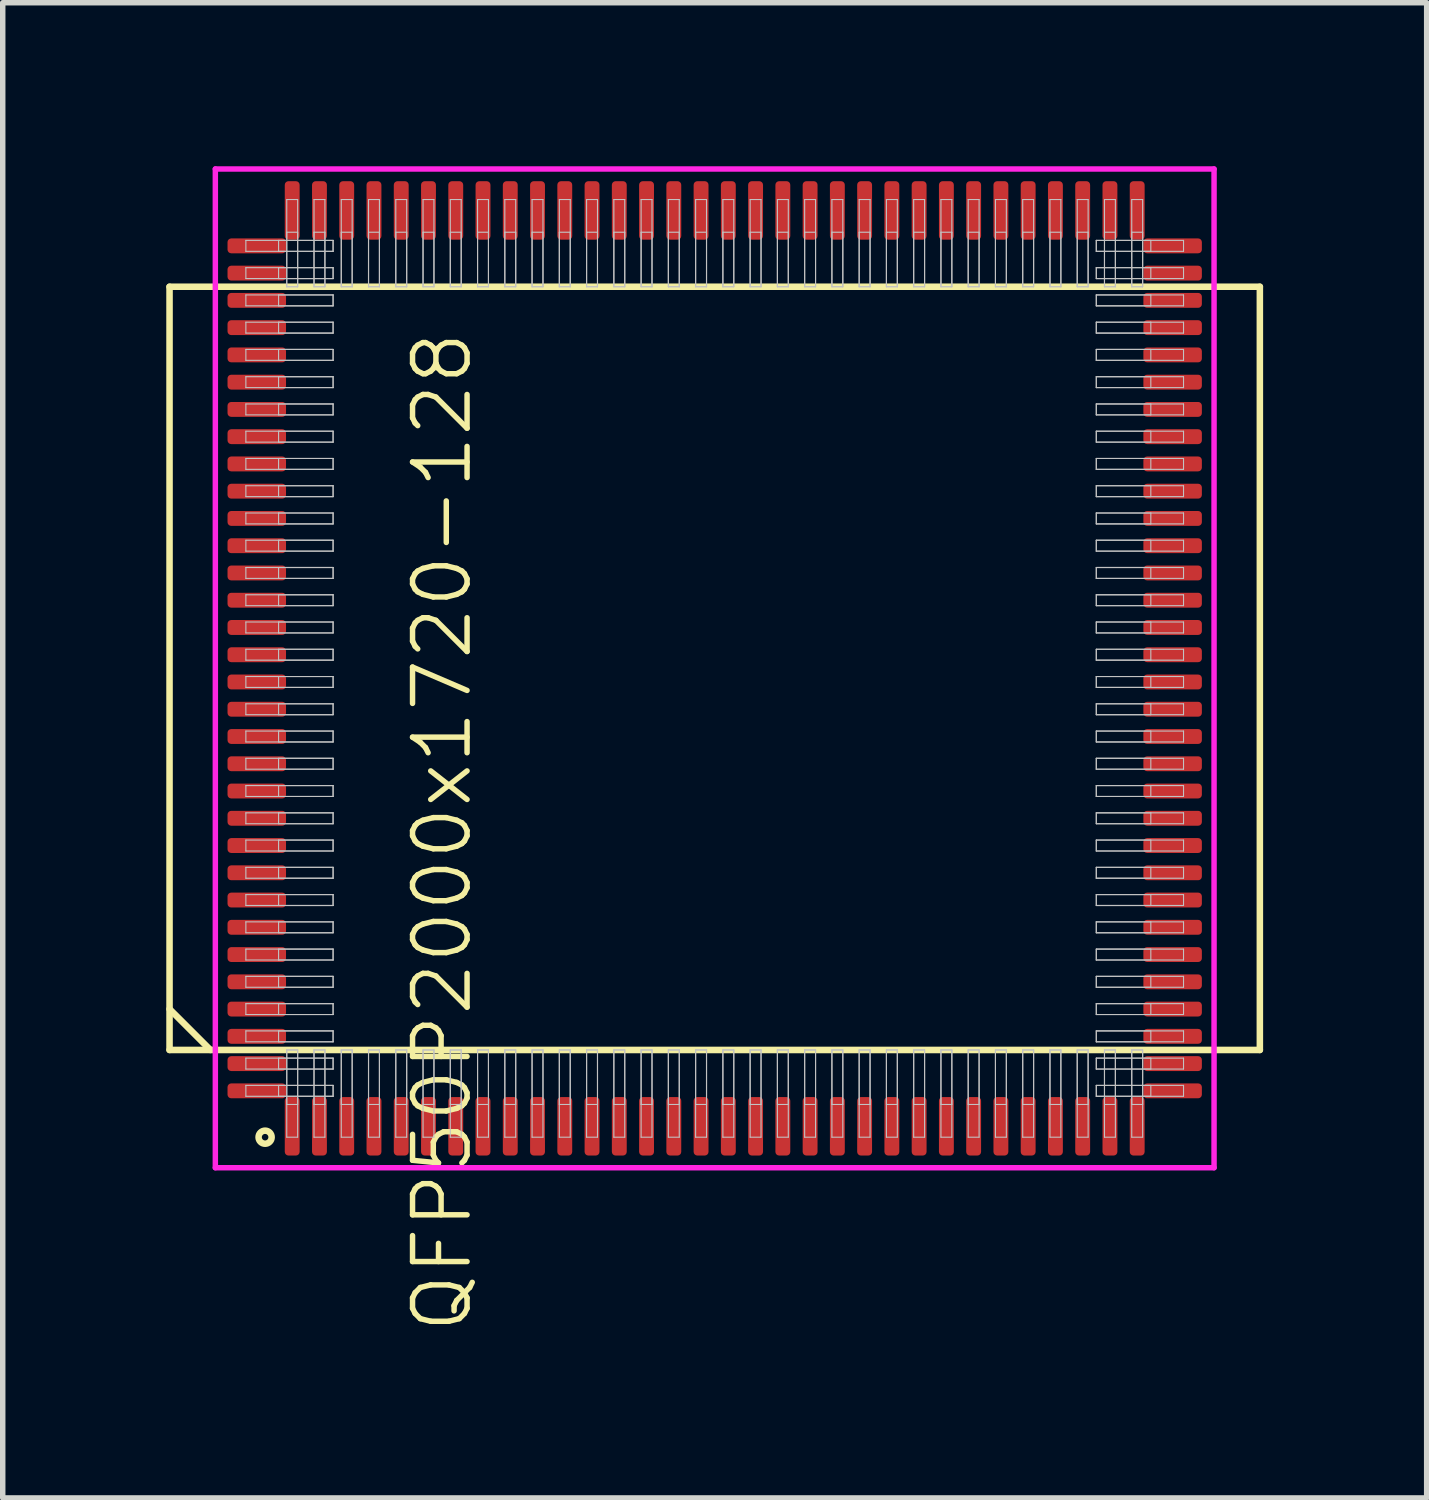
<source format=kicad_pcb>
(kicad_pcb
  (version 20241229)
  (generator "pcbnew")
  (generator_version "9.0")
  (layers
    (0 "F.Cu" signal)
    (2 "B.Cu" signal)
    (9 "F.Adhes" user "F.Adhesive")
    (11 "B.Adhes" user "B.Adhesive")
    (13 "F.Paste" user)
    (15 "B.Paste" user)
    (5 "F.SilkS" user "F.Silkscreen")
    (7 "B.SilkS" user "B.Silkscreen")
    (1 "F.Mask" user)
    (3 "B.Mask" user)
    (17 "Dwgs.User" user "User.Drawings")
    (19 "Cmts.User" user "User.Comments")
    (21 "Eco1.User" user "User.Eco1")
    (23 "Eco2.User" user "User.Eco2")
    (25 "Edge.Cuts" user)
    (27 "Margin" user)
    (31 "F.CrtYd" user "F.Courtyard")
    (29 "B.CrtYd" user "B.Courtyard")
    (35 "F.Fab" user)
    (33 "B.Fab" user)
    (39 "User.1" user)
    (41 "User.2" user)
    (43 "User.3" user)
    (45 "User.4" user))
  (footprint "QFP50P2000x1720-128"
    (layer "F.Cu")
    (at 10.06 9.21)
    (property "Reference" "QFP50P2000x1720-128" (at -5 3 90) (layer "F.SilkS") (effects (font (size 1 1) (thickness 0.1))))
    (attr through_hole)
    (fp_line (start -10 -7) (end -10 7) (stroke (width 0.12) (type solid)) (layer "F.SilkS"))
    (fp_line (start -10 6.25) (end -9.25 7) (stroke (width 0.12) (type solid)) (layer "F.SilkS"))
    (fp_line (start -10 7) (end 10 7) (stroke (width 0.12) (type solid)) (layer "F.SilkS"))
    (fp_line (start 10 -7) (end -10 -7) (stroke (width 0.12) (type solid)) (layer "F.SilkS"))
    (fp_line (start 10 7) (end 10 -7) (stroke (width 0.12) (type solid)) (layer "F.SilkS"))
    (fp_circle (center -8.247 8.6) (end -8.127 8.6) (stroke (width 0.12) (type solid)) (fill no) (layer "F.SilkS"))
    (fp_line (start -8.6 -7.85) (end -8.6 -7.65) (stroke (width 0.02) (type solid)) (layer "Dwgs.User"))
    (fp_line (start -8.6 -7.65) (end -7 -7.65) (stroke (width 0.02) (type solid)) (layer "Dwgs.User"))
    (fp_line (start -8.6 -7.35) (end -8.6 -7.15) (stroke (width 0.02) (type solid)) (layer "Dwgs.User"))
    (fp_line (start -8.6 -7.15) (end -7 -7.15) (stroke (width 0.02) (type solid)) (layer "Dwgs.User"))
    (fp_line (start -8.6 -6.85) (end -8.6 -6.65) (stroke (width 0.02) (type solid)) (layer "Dwgs.User"))
    (fp_line (start -8.6 -6.65) (end -7 -6.65) (stroke (width 0.02) (type solid)) (layer "Dwgs.User"))
    (fp_line (start -8.6 -6.35) (end -8.6 -6.15) (stroke (width 0.02) (type solid)) (layer "Dwgs.User"))
    (fp_line (start -8.6 -6.15) (end -7 -6.15) (stroke (width 0.02) (type solid)) (layer "Dwgs.User"))
    (fp_line (start -8.6 -5.85) (end -8.6 -5.65) (stroke (width 0.02) (type solid)) (layer "Dwgs.User"))
    (fp_line (start -8.6 -5.65) (end -7 -5.65) (stroke (width 0.02) (type solid)) (layer "Dwgs.User"))
    (fp_line (start -8.6 -5.35) (end -8.6 -5.15) (stroke (width 0.02) (type solid)) (layer "Dwgs.User"))
    (fp_line (start -8.6 -5.15) (end -7 -5.15) (stroke (width 0.02) (type solid)) (layer "Dwgs.User"))
    (fp_line (start -8.6 -4.85) (end -8.6 -4.65) (stroke (width 0.02) (type solid)) (layer "Dwgs.User"))
    (fp_line (start -8.6 -4.65) (end -7 -4.65) (stroke (width 0.02) (type solid)) (layer "Dwgs.User"))
    (fp_line (start -8.6 -4.35) (end -8.6 -4.15) (stroke (width 0.02) (type solid)) (layer "Dwgs.User"))
    (fp_line (start -8.6 -4.15) (end -7 -4.15) (stroke (width 0.02) (type solid)) (layer "Dwgs.User"))
    (fp_line (start -8.6 -3.85) (end -8.6 -3.65) (stroke (width 0.02) (type solid)) (layer "Dwgs.User"))
    (fp_line (start -8.6 -3.65) (end -7 -3.65) (stroke (width 0.02) (type solid)) (layer "Dwgs.User"))
    (fp_line (start -8.6 -3.35) (end -8.6 -3.15) (stroke (width 0.02) (type solid)) (layer "Dwgs.User"))
    (fp_line (start -8.6 -3.15) (end -7 -3.15) (stroke (width 0.02) (type solid)) (layer "Dwgs.User"))
    (fp_line (start -8.6 -2.85) (end -8.6 -2.65) (stroke (width 0.02) (type solid)) (layer "Dwgs.User"))
    (fp_line (start -8.6 -2.65) (end -7 -2.65) (stroke (width 0.02) (type solid)) (layer "Dwgs.User"))
    (fp_line (start -8.6 -2.35) (end -8.6 -2.15) (stroke (width 0.02) (type solid)) (layer "Dwgs.User"))
    (fp_line (start -8.6 -2.15) (end -7 -2.15) (stroke (width 0.02) (type solid)) (layer "Dwgs.User"))
    (fp_line (start -8.6 -1.85) (end -8.6 -1.65) (stroke (width 0.02) (type solid)) (layer "Dwgs.User"))
    (fp_line (start -8.6 -1.65) (end -7 -1.65) (stroke (width 0.02) (type solid)) (layer "Dwgs.User"))
    (fp_line (start -8.6 -1.35) (end -8.6 -1.15) (stroke (width 0.02) (type solid)) (layer "Dwgs.User"))
    (fp_line (start -8.6 -1.15) (end -7 -1.15) (stroke (width 0.02) (type solid)) (layer "Dwgs.User"))
    (fp_line (start -8.6 -0.85) (end -8.6 -0.65) (stroke (width 0.02) (type solid)) (layer "Dwgs.User"))
    (fp_line (start -8.6 -0.65) (end -7 -0.65) (stroke (width 0.02) (type solid)) (layer "Dwgs.User"))
    (fp_line (start -8.6 -0.35) (end -8.6 -0.15) (stroke (width 0.02) (type solid)) (layer "Dwgs.User"))
    (fp_line (start -8.6 -0.15) (end -7 -0.15) (stroke (width 0.02) (type solid)) (layer "Dwgs.User"))
    (fp_line (start -8.6 0.15) (end -8.6 0.35) (stroke (width 0.02) (type solid)) (layer "Dwgs.User"))
    (fp_line (start -8.6 0.35) (end -7 0.35) (stroke (width 0.02) (type solid)) (layer "Dwgs.User"))
    (fp_line (start -8.6 0.65) (end -8.6 0.85) (stroke (width 0.02) (type solid)) (layer "Dwgs.User"))
    (fp_line (start -8.6 0.85) (end -7 0.85) (stroke (width 0.02) (type solid)) (layer "Dwgs.User"))
    (fp_line (start -8.6 1.15) (end -8.6 1.35) (stroke (width 0.02) (type solid)) (layer "Dwgs.User"))
    (fp_line (start -8.6 1.35) (end -7 1.35) (stroke (width 0.02) (type solid)) (layer "Dwgs.User"))
    (fp_line (start -8.6 1.65) (end -8.6 1.85) (stroke (width 0.02) (type solid)) (layer "Dwgs.User"))
    (fp_line (start -8.6 1.85) (end -7 1.85) (stroke (width 0.02) (type solid)) (layer "Dwgs.User"))
    (fp_line (start -8.6 2.15) (end -8.6 2.35) (stroke (width 0.02) (type solid)) (layer "Dwgs.User"))
    (fp_line (start -8.6 2.35) (end -7 2.35) (stroke (width 0.02) (type solid)) (layer "Dwgs.User"))
    (fp_line (start -8.6 2.65) (end -8.6 2.85) (stroke (width 0.02) (type solid)) (layer "Dwgs.User"))
    (fp_line (start -8.6 2.85) (end -7 2.85) (stroke (width 0.02) (type solid)) (layer "Dwgs.User"))
    (fp_line (start -8.6 3.15) (end -8.6 3.35) (stroke (width 0.02) (type solid)) (layer "Dwgs.User"))
    (fp_line (start -8.6 3.35) (end -7 3.35) (stroke (width 0.02) (type solid)) (layer "Dwgs.User"))
    (fp_line (start -8.6 3.65) (end -8.6 3.85) (stroke (width 0.02) (type solid)) (layer "Dwgs.User"))
    (fp_line (start -8.6 3.85) (end -7 3.85) (stroke (width 0.02) (type solid)) (layer "Dwgs.User"))
    (fp_line (start -8.6 4.15) (end -8.6 4.35) (stroke (width 0.02) (type solid)) (layer "Dwgs.User"))
    (fp_line (start -8.6 4.35) (end -7 4.35) (stroke (width 0.02) (type solid)) (layer "Dwgs.User"))
    (fp_line (start -8.6 4.65) (end -8.6 4.85) (stroke (width 0.02) (type solid)) (layer "Dwgs.User"))
    (fp_line (start -8.6 4.85) (end -7 4.85) (stroke (width 0.02) (type solid)) (layer "Dwgs.User"))
    (fp_line (start -8.6 5.15) (end -8.6 5.35) (stroke (width 0.02) (type solid)) (layer "Dwgs.User"))
    (fp_line (start -8.6 5.35) (end -7 5.35) (stroke (width 0.02) (type solid)) (layer "Dwgs.User"))
    (fp_line (start -8.6 5.65) (end -8.6 5.85) (stroke (width 0.02) (type solid)) (layer "Dwgs.User"))
    (fp_line (start -8.6 5.85) (end -7 5.85) (stroke (width 0.02) (type solid)) (layer "Dwgs.User"))
    (fp_line (start -8.6 6.15) (end -8.6 6.35) (stroke (width 0.02) (type solid)) (layer "Dwgs.User"))
    (fp_line (start -8.6 6.35) (end -7 6.35) (stroke (width 0.02) (type solid)) (layer "Dwgs.User"))
    (fp_line (start -8.6 6.65) (end -8.6 6.85) (stroke (width 0.02) (type solid)) (layer "Dwgs.User"))
    (fp_line (start -8.6 6.85) (end -7 6.85) (stroke (width 0.02) (type solid)) (layer "Dwgs.User"))
    (fp_line (start -8.6 7.15) (end -8.6 7.35) (stroke (width 0.02) (type solid)) (layer "Dwgs.User"))
    (fp_line (start -8.6 7.35) (end -7 7.35) (stroke (width 0.02) (type solid)) (layer "Dwgs.User"))
    (fp_line (start -8.6 7.65) (end -8.6 7.85) (stroke (width 0.02) (type solid)) (layer "Dwgs.User"))
    (fp_line (start -8.6 7.85) (end -7 7.85) (stroke (width 0.02) (type solid)) (layer "Dwgs.User"))
    (fp_line (start -8 -7.85) (end -8 -7.65) (stroke (width 0.02) (type solid)) (layer "Dwgs.User"))
    (fp_line (start -8 -7.65) (end -7 -7.65) (stroke (width 0.02) (type solid)) (layer "Dwgs.User"))
    (fp_line (start -8 -7.35) (end -8 -7.15) (stroke (width 0.02) (type solid)) (layer "Dwgs.User"))
    (fp_line (start -8 -7.15) (end -7 -7.15) (stroke (width 0.02) (type solid)) (layer "Dwgs.User"))
    (fp_line (start -8 -6.85) (end -8 -6.65) (stroke (width 0.02) (type solid)) (layer "Dwgs.User"))
    (fp_line (start -8 -6.65) (end -7 -6.65) (stroke (width 0.02) (type solid)) (layer "Dwgs.User"))
    (fp_line (start -8 -6.35) (end -8 -6.15) (stroke (width 0.02) (type solid)) (layer "Dwgs.User"))
    (fp_line (start -8 -6.15) (end -7 -6.15) (stroke (width 0.02) (type solid)) (layer "Dwgs.User"))
    (fp_line (start -8 -5.85) (end -8 -5.65) (stroke (width 0.02) (type solid)) (layer "Dwgs.User"))
    (fp_line (start -8 -5.65) (end -7 -5.65) (stroke (width 0.02) (type solid)) (layer "Dwgs.User"))
    (fp_line (start -8 -5.35) (end -8 -5.15) (stroke (width 0.02) (type solid)) (layer "Dwgs.User"))
    (fp_line (start -8 -5.15) (end -7 -5.15) (stroke (width 0.02) (type solid)) (layer "Dwgs.User"))
    (fp_line (start -8 -4.85) (end -8 -4.65) (stroke (width 0.02) (type solid)) (layer "Dwgs.User"))
    (fp_line (start -8 -4.65) (end -7 -4.65) (stroke (width 0.02) (type solid)) (layer "Dwgs.User"))
    (fp_line (start -8 -4.35) (end -8 -4.15) (stroke (width 0.02) (type solid)) (layer "Dwgs.User"))
    (fp_line (start -8 -4.15) (end -7 -4.15) (stroke (width 0.02) (type solid)) (layer "Dwgs.User"))
    (fp_line (start -8 -3.85) (end -8 -3.65) (stroke (width 0.02) (type solid)) (layer "Dwgs.User"))
    (fp_line (start -8 -3.65) (end -7 -3.65) (stroke (width 0.02) (type solid)) (layer "Dwgs.User"))
    (fp_line (start -8 -3.35) (end -8 -3.15) (stroke (width 0.02) (type solid)) (layer "Dwgs.User"))
    (fp_line (start -8 -3.15) (end -7 -3.15) (stroke (width 0.02) (type solid)) (layer "Dwgs.User"))
    (fp_line (start -8 -2.85) (end -8 -2.65) (stroke (width 0.02) (type solid)) (layer "Dwgs.User"))
    (fp_line (start -8 -2.65) (end -7 -2.65) (stroke (width 0.02) (type solid)) (layer "Dwgs.User"))
    (fp_line (start -8 -2.35) (end -8 -2.15) (stroke (width 0.02) (type solid)) (layer "Dwgs.User"))
    (fp_line (start -8 -2.15) (end -7 -2.15) (stroke (width 0.02) (type solid)) (layer "Dwgs.User"))
    (fp_line (start -8 -1.85) (end -8 -1.65) (stroke (width 0.02) (type solid)) (layer "Dwgs.User"))
    (fp_line (start -8 -1.65) (end -7 -1.65) (stroke (width 0.02) (type solid)) (layer "Dwgs.User"))
    (fp_line (start -8 -1.35) (end -8 -1.15) (stroke (width 0.02) (type solid)) (layer "Dwgs.User"))
    (fp_line (start -8 -1.15) (end -7 -1.15) (stroke (width 0.02) (type solid)) (layer "Dwgs.User"))
    (fp_line (start -8 -0.85) (end -8 -0.65) (stroke (width 0.02) (type solid)) (layer "Dwgs.User"))
    (fp_line (start -8 -0.65) (end -7 -0.65) (stroke (width 0.02) (type solid)) (layer "Dwgs.User"))
    (fp_line (start -8 -0.35) (end -8 -0.15) (stroke (width 0.02) (type solid)) (layer "Dwgs.User"))
    (fp_line (start -8 -0.15) (end -7 -0.15) (stroke (width 0.02) (type solid)) (layer "Dwgs.User"))
    (fp_line (start -8 0.15) (end -8 0.35) (stroke (width 0.02) (type solid)) (layer "Dwgs.User"))
    (fp_line (start -8 0.35) (end -7 0.35) (stroke (width 0.02) (type solid)) (layer "Dwgs.User"))
    (fp_line (start -8 0.65) (end -8 0.85) (stroke (width 0.02) (type solid)) (layer "Dwgs.User"))
    (fp_line (start -8 0.85) (end -7 0.85) (stroke (width 0.02) (type solid)) (layer "Dwgs.User"))
    (fp_line (start -8 1.15) (end -8 1.35) (stroke (width 0.02) (type solid)) (layer "Dwgs.User"))
    (fp_line (start -8 1.35) (end -7 1.35) (stroke (width 0.02) (type solid)) (layer "Dwgs.User"))
    (fp_line (start -8 1.65) (end -8 1.85) (stroke (width 0.02) (type solid)) (layer "Dwgs.User"))
    (fp_line (start -8 1.85) (end -7 1.85) (stroke (width 0.02) (type solid)) (layer "Dwgs.User"))
    (fp_line (start -8 2.15) (end -8 2.35) (stroke (width 0.02) (type solid)) (layer "Dwgs.User"))
    (fp_line (start -8 2.35) (end -7 2.35) (stroke (width 0.02) (type solid)) (layer "Dwgs.User"))
    (fp_line (start -8 2.65) (end -8 2.85) (stroke (width 0.02) (type solid)) (layer "Dwgs.User"))
    (fp_line (start -8 2.85) (end -7 2.85) (stroke (width 0.02) (type solid)) (layer "Dwgs.User"))
    (fp_line (start -8 3.15) (end -8 3.35) (stroke (width 0.02) (type solid)) (layer "Dwgs.User"))
    (fp_line (start -8 3.35) (end -7 3.35) (stroke (width 0.02) (type solid)) (layer "Dwgs.User"))
    (fp_line (start -8 3.65) (end -8 3.85) (stroke (width 0.02) (type solid)) (layer "Dwgs.User"))
    (fp_line (start -8 3.85) (end -7 3.85) (stroke (width 0.02) (type solid)) (layer "Dwgs.User"))
    (fp_line (start -8 4.15) (end -8 4.35) (stroke (width 0.02) (type solid)) (layer "Dwgs.User"))
    (fp_line (start -8 4.35) (end -7 4.35) (stroke (width 0.02) (type solid)) (layer "Dwgs.User"))
    (fp_line (start -8 4.65) (end -8 4.85) (stroke (width 0.02) (type solid)) (layer "Dwgs.User"))
    (fp_line (start -8 4.85) (end -7 4.85) (stroke (width 0.02) (type solid)) (layer "Dwgs.User"))
    (fp_line (start -8 5.15) (end -8 5.35) (stroke (width 0.02) (type solid)) (layer "Dwgs.User"))
    (fp_line (start -8 5.35) (end -7 5.35) (stroke (width 0.02) (type solid)) (layer "Dwgs.User"))
    (fp_line (start -8 5.65) (end -8 5.85) (stroke (width 0.02) (type solid)) (layer "Dwgs.User"))
    (fp_line (start -8 5.85) (end -7 5.85) (stroke (width 0.02) (type solid)) (layer "Dwgs.User"))
    (fp_line (start -8 6.15) (end -8 6.35) (stroke (width 0.02) (type solid)) (layer "Dwgs.User"))
    (fp_line (start -8 6.35) (end -7 6.35) (stroke (width 0.02) (type solid)) (layer "Dwgs.User"))
    (fp_line (start -8 6.65) (end -8 6.85) (stroke (width 0.02) (type solid)) (layer "Dwgs.User"))
    (fp_line (start -8 6.85) (end -7 6.85) (stroke (width 0.02) (type solid)) (layer "Dwgs.User"))
    (fp_line (start -8 7.15) (end -8 7.35) (stroke (width 0.02) (type solid)) (layer "Dwgs.User"))
    (fp_line (start -8 7.35) (end -7 7.35) (stroke (width 0.02) (type solid)) (layer "Dwgs.User"))
    (fp_line (start -8 7.65) (end -8 7.85) (stroke (width 0.02) (type solid)) (layer "Dwgs.User"))
    (fp_line (start -8 7.85) (end -7 7.85) (stroke (width 0.02) (type solid)) (layer "Dwgs.User"))
    (fp_line (start -7.85 -8.6) (end -7.85 -7) (stroke (width 0.02) (type solid)) (layer "Dwgs.User"))
    (fp_line (start -7.85 -8) (end -7.85 -7) (stroke (width 0.02) (type solid)) (layer "Dwgs.User"))
    (fp_line (start -7.85 -7) (end -7.65 -7) (stroke (width 0.02) (type solid)) (layer "Dwgs.User"))
    (fp_line (start -7.85 -7) (end -7.65 -7) (stroke (width 0.02) (type solid)) (layer "Dwgs.User"))
    (fp_line (start -7.85 7) (end -7.65 7) (stroke (width 0.02) (type solid)) (layer "Dwgs.User"))
    (fp_line (start -7.85 7) (end -7.65 7) (stroke (width 0.02) (type solid)) (layer "Dwgs.User"))
    (fp_line (start -7.85 8) (end -7.85 7) (stroke (width 0.02) (type solid)) (layer "Dwgs.User"))
    (fp_line (start -7.85 8.6) (end -7.85 7) (stroke (width 0.02) (type solid)) (layer "Dwgs.User"))
    (fp_line (start -7.65 -8.6) (end -7.85 -8.6) (stroke (width 0.02) (type solid)) (layer "Dwgs.User"))
    (fp_line (start -7.65 -8) (end -7.85 -8) (stroke (width 0.02) (type solid)) (layer "Dwgs.User"))
    (fp_line (start -7.65 -7) (end -7.65 -8.6) (stroke (width 0.02) (type solid)) (layer "Dwgs.User"))
    (fp_line (start -7.65 -7) (end -7.65 -8) (stroke (width 0.02) (type solid)) (layer "Dwgs.User"))
    (fp_line (start -7.65 7) (end -7.65 8) (stroke (width 0.02) (type solid)) (layer "Dwgs.User"))
    (fp_line (start -7.65 7) (end -7.65 8.6) (stroke (width 0.02) (type solid)) (layer "Dwgs.User"))
    (fp_line (start -7.65 8) (end -7.85 8) (stroke (width 0.02) (type solid)) (layer "Dwgs.User"))
    (fp_line (start -7.65 8.6) (end -7.85 8.6) (stroke (width 0.02) (type solid)) (layer "Dwgs.User"))
    (fp_line (start -7.35 -8.6) (end -7.35 -7) (stroke (width 0.02) (type solid)) (layer "Dwgs.User"))
    (fp_line (start -7.35 -8) (end -7.35 -7) (stroke (width 0.02) (type solid)) (layer "Dwgs.User"))
    (fp_line (start -7.35 -7) (end -7.15 -7) (stroke (width 0.02) (type solid)) (layer "Dwgs.User"))
    (fp_line (start -7.35 -7) (end -7.15 -7) (stroke (width 0.02) (type solid)) (layer "Dwgs.User"))
    (fp_line (start -7.35 7) (end -7.15 7) (stroke (width 0.02) (type solid)) (layer "Dwgs.User"))
    (fp_line (start -7.35 7) (end -7.15 7) (stroke (width 0.02) (type solid)) (layer "Dwgs.User"))
    (fp_line (start -7.35 8) (end -7.35 7) (stroke (width 0.02) (type solid)) (layer "Dwgs.User"))
    (fp_line (start -7.35 8.6) (end -7.35 7) (stroke (width 0.02) (type solid)) (layer "Dwgs.User"))
    (fp_line (start -7.15 -8.6) (end -7.35 -8.6) (stroke (width 0.02) (type solid)) (layer "Dwgs.User"))
    (fp_line (start -7.15 -8) (end -7.35 -8) (stroke (width 0.02) (type solid)) (layer "Dwgs.User"))
    (fp_line (start -7.15 -7) (end -7.15 -8.6) (stroke (width 0.02) (type solid)) (layer "Dwgs.User"))
    (fp_line (start -7.15 -7) (end -7.15 -8) (stroke (width 0.02) (type solid)) (layer "Dwgs.User"))
    (fp_line (start -7.15 7) (end -7.15 8) (stroke (width 0.02) (type solid)) (layer "Dwgs.User"))
    (fp_line (start -7.15 7) (end -7.15 8.6) (stroke (width 0.02) (type solid)) (layer "Dwgs.User"))
    (fp_line (start -7.15 8) (end -7.35 8) (stroke (width 0.02) (type solid)) (layer "Dwgs.User"))
    (fp_line (start -7.15 8.6) (end -7.35 8.6) (stroke (width 0.02) (type solid)) (layer "Dwgs.User"))
    (fp_line (start -7 -7.85) (end -8.6 -7.85) (stroke (width 0.02) (type solid)) (layer "Dwgs.User"))
    (fp_line (start -7 -7.85) (end -8 -7.85) (stroke (width 0.02) (type solid)) (layer "Dwgs.User"))
    (fp_line (start -7 -7.65) (end -7 -7.85) (stroke (width 0.02) (type solid)) (layer "Dwgs.User"))
    (fp_line (start -7 -7.65) (end -7 -7.85) (stroke (width 0.02) (type solid)) (layer "Dwgs.User"))
    (fp_line (start -7 -7.35) (end -8.6 -7.35) (stroke (width 0.02) (type solid)) (layer "Dwgs.User"))
    (fp_line (start -7 -7.35) (end -8 -7.35) (stroke (width 0.02) (type solid)) (layer "Dwgs.User"))
    (fp_line (start -7 -7.15) (end -7 -7.35) (stroke (width 0.02) (type solid)) (layer "Dwgs.User"))
    (fp_line (start -7 -7.15) (end -7 -7.35) (stroke (width 0.02) (type solid)) (layer "Dwgs.User"))
    (fp_line (start -7 -6.85) (end -8.6 -6.85) (stroke (width 0.02) (type solid)) (layer "Dwgs.User"))
    (fp_line (start -7 -6.85) (end -8 -6.85) (stroke (width 0.02) (type solid)) (layer "Dwgs.User"))
    (fp_line (start -7 -6.65) (end -7 -6.85) (stroke (width 0.02) (type solid)) (layer "Dwgs.User"))
    (fp_line (start -7 -6.65) (end -7 -6.85) (stroke (width 0.02) (type solid)) (layer "Dwgs.User"))
    (fp_line (start -7 -6.35) (end -8.6 -6.35) (stroke (width 0.02) (type solid)) (layer "Dwgs.User"))
    (fp_line (start -7 -6.35) (end -8 -6.35) (stroke (width 0.02) (type solid)) (layer "Dwgs.User"))
    (fp_line (start -7 -6.15) (end -7 -6.35) (stroke (width 0.02) (type solid)) (layer "Dwgs.User"))
    (fp_line (start -7 -6.15) (end -7 -6.35) (stroke (width 0.02) (type solid)) (layer "Dwgs.User"))
    (fp_line (start -7 -5.85) (end -8.6 -5.85) (stroke (width 0.02) (type solid)) (layer "Dwgs.User"))
    (fp_line (start -7 -5.85) (end -8 -5.85) (stroke (width 0.02) (type solid)) (layer "Dwgs.User"))
    (fp_line (start -7 -5.65) (end -7 -5.85) (stroke (width 0.02) (type solid)) (layer "Dwgs.User"))
    (fp_line (start -7 -5.65) (end -7 -5.85) (stroke (width 0.02) (type solid)) (layer "Dwgs.User"))
    (fp_line (start -7 -5.35) (end -8.6 -5.35) (stroke (width 0.02) (type solid)) (layer "Dwgs.User"))
    (fp_line (start -7 -5.35) (end -8 -5.35) (stroke (width 0.02) (type solid)) (layer "Dwgs.User"))
    (fp_line (start -7 -5.15) (end -7 -5.35) (stroke (width 0.02) (type solid)) (layer "Dwgs.User"))
    (fp_line (start -7 -5.15) (end -7 -5.35) (stroke (width 0.02) (type solid)) (layer "Dwgs.User"))
    (fp_line (start -7 -4.85) (end -8.6 -4.85) (stroke (width 0.02) (type solid)) (layer "Dwgs.User"))
    (fp_line (start -7 -4.85) (end -8 -4.85) (stroke (width 0.02) (type solid)) (layer "Dwgs.User"))
    (fp_line (start -7 -4.65) (end -7 -4.85) (stroke (width 0.02) (type solid)) (layer "Dwgs.User"))
    (fp_line (start -7 -4.65) (end -7 -4.85) (stroke (width 0.02) (type solid)) (layer "Dwgs.User"))
    (fp_line (start -7 -4.35) (end -8.6 -4.35) (stroke (width 0.02) (type solid)) (layer "Dwgs.User"))
    (fp_line (start -7 -4.35) (end -8 -4.35) (stroke (width 0.02) (type solid)) (layer "Dwgs.User"))
    (fp_line (start -7 -4.15) (end -7 -4.35) (stroke (width 0.02) (type solid)) (layer "Dwgs.User"))
    (fp_line (start -7 -4.15) (end -7 -4.35) (stroke (width 0.02) (type solid)) (layer "Dwgs.User"))
    (fp_line (start -7 -3.85) (end -8.6 -3.85) (stroke (width 0.02) (type solid)) (layer "Dwgs.User"))
    (fp_line (start -7 -3.85) (end -8 -3.85) (stroke (width 0.02) (type solid)) (layer "Dwgs.User"))
    (fp_line (start -7 -3.65) (end -7 -3.85) (stroke (width 0.02) (type solid)) (layer "Dwgs.User"))
    (fp_line (start -7 -3.65) (end -7 -3.85) (stroke (width 0.02) (type solid)) (layer "Dwgs.User"))
    (fp_line (start -7 -3.35) (end -8.6 -3.35) (stroke (width 0.02) (type solid)) (layer "Dwgs.User"))
    (fp_line (start -7 -3.35) (end -8 -3.35) (stroke (width 0.02) (type solid)) (layer "Dwgs.User"))
    (fp_line (start -7 -3.15) (end -7 -3.35) (stroke (width 0.02) (type solid)) (layer "Dwgs.User"))
    (fp_line (start -7 -3.15) (end -7 -3.35) (stroke (width 0.02) (type solid)) (layer "Dwgs.User"))
    (fp_line (start -7 -2.85) (end -8.6 -2.85) (stroke (width 0.02) (type solid)) (layer "Dwgs.User"))
    (fp_line (start -7 -2.85) (end -8 -2.85) (stroke (width 0.02) (type solid)) (layer "Dwgs.User"))
    (fp_line (start -7 -2.65) (end -7 -2.85) (stroke (width 0.02) (type solid)) (layer "Dwgs.User"))
    (fp_line (start -7 -2.65) (end -7 -2.85) (stroke (width 0.02) (type solid)) (layer "Dwgs.User"))
    (fp_line (start -7 -2.35) (end -8.6 -2.35) (stroke (width 0.02) (type solid)) (layer "Dwgs.User"))
    (fp_line (start -7 -2.35) (end -8 -2.35) (stroke (width 0.02) (type solid)) (layer "Dwgs.User"))
    (fp_line (start -7 -2.15) (end -7 -2.35) (stroke (width 0.02) (type solid)) (layer "Dwgs.User"))
    (fp_line (start -7 -2.15) (end -7 -2.35) (stroke (width 0.02) (type solid)) (layer "Dwgs.User"))
    (fp_line (start -7 -1.85) (end -8.6 -1.85) (stroke (width 0.02) (type solid)) (layer "Dwgs.User"))
    (fp_line (start -7 -1.85) (end -8 -1.85) (stroke (width 0.02) (type solid)) (layer "Dwgs.User"))
    (fp_line (start -7 -1.65) (end -7 -1.85) (stroke (width 0.02) (type solid)) (layer "Dwgs.User"))
    (fp_line (start -7 -1.65) (end -7 -1.85) (stroke (width 0.02) (type solid)) (layer "Dwgs.User"))
    (fp_line (start -7 -1.35) (end -8.6 -1.35) (stroke (width 0.02) (type solid)) (layer "Dwgs.User"))
    (fp_line (start -7 -1.35) (end -8 -1.35) (stroke (width 0.02) (type solid)) (layer "Dwgs.User"))
    (fp_line (start -7 -1.15) (end -7 -1.35) (stroke (width 0.02) (type solid)) (layer "Dwgs.User"))
    (fp_line (start -7 -1.15) (end -7 -1.35) (stroke (width 0.02) (type solid)) (layer "Dwgs.User"))
    (fp_line (start -7 -0.85) (end -8.6 -0.85) (stroke (width 0.02) (type solid)) (layer "Dwgs.User"))
    (fp_line (start -7 -0.85) (end -8 -0.85) (stroke (width 0.02) (type solid)) (layer "Dwgs.User"))
    (fp_line (start -7 -0.65) (end -7 -0.85) (stroke (width 0.02) (type solid)) (layer "Dwgs.User"))
    (fp_line (start -7 -0.65) (end -7 -0.85) (stroke (width 0.02) (type solid)) (layer "Dwgs.User"))
    (fp_line (start -7 -0.35) (end -8.6 -0.35) (stroke (width 0.02) (type solid)) (layer "Dwgs.User"))
    (fp_line (start -7 -0.35) (end -8 -0.35) (stroke (width 0.02) (type solid)) (layer "Dwgs.User"))
    (fp_line (start -7 -0.15) (end -7 -0.35) (stroke (width 0.02) (type solid)) (layer "Dwgs.User"))
    (fp_line (start -7 -0.15) (end -7 -0.35) (stroke (width 0.02) (type solid)) (layer "Dwgs.User"))
    (fp_line (start -7 0.15) (end -8.6 0.15) (stroke (width 0.02) (type solid)) (layer "Dwgs.User"))
    (fp_line (start -7 0.15) (end -8 0.15) (stroke (width 0.02) (type solid)) (layer "Dwgs.User"))
    (fp_line (start -7 0.35) (end -7 0.15) (stroke (width 0.02) (type solid)) (layer "Dwgs.User"))
    (fp_line (start -7 0.35) (end -7 0.15) (stroke (width 0.02) (type solid)) (layer "Dwgs.User"))
    (fp_line (start -7 0.65) (end -8.6 0.65) (stroke (width 0.02) (type solid)) (layer "Dwgs.User"))
    (fp_line (start -7 0.65) (end -8 0.65) (stroke (width 0.02) (type solid)) (layer "Dwgs.User"))
    (fp_line (start -7 0.85) (end -7 0.65) (stroke (width 0.02) (type solid)) (layer "Dwgs.User"))
    (fp_line (start -7 0.85) (end -7 0.65) (stroke (width 0.02) (type solid)) (layer "Dwgs.User"))
    (fp_line (start -7 1.15) (end -8.6 1.15) (stroke (width 0.02) (type solid)) (layer "Dwgs.User"))
    (fp_line (start -7 1.15) (end -8 1.15) (stroke (width 0.02) (type solid)) (layer "Dwgs.User"))
    (fp_line (start -7 1.35) (end -7 1.15) (stroke (width 0.02) (type solid)) (layer "Dwgs.User"))
    (fp_line (start -7 1.35) (end -7 1.15) (stroke (width 0.02) (type solid)) (layer "Dwgs.User"))
    (fp_line (start -7 1.65) (end -8.6 1.65) (stroke (width 0.02) (type solid)) (layer "Dwgs.User"))
    (fp_line (start -7 1.65) (end -8 1.65) (stroke (width 0.02) (type solid)) (layer "Dwgs.User"))
    (fp_line (start -7 1.85) (end -7 1.65) (stroke (width 0.02) (type solid)) (layer "Dwgs.User"))
    (fp_line (start -7 1.85) (end -7 1.65) (stroke (width 0.02) (type solid)) (layer "Dwgs.User"))
    (fp_line (start -7 2.15) (end -8.6 2.15) (stroke (width 0.02) (type solid)) (layer "Dwgs.User"))
    (fp_line (start -7 2.15) (end -8 2.15) (stroke (width 0.02) (type solid)) (layer "Dwgs.User"))
    (fp_line (start -7 2.35) (end -7 2.15) (stroke (width 0.02) (type solid)) (layer "Dwgs.User"))
    (fp_line (start -7 2.35) (end -7 2.15) (stroke (width 0.02) (type solid)) (layer "Dwgs.User"))
    (fp_line (start -7 2.65) (end -8.6 2.65) (stroke (width 0.02) (type solid)) (layer "Dwgs.User"))
    (fp_line (start -7 2.65) (end -8 2.65) (stroke (width 0.02) (type solid)) (layer "Dwgs.User"))
    (fp_line (start -7 2.85) (end -7 2.65) (stroke (width 0.02) (type solid)) (layer "Dwgs.User"))
    (fp_line (start -7 2.85) (end -7 2.65) (stroke (width 0.02) (type solid)) (layer "Dwgs.User"))
    (fp_line (start -7 3.15) (end -8.6 3.15) (stroke (width 0.02) (type solid)) (layer "Dwgs.User"))
    (fp_line (start -7 3.15) (end -8 3.15) (stroke (width 0.02) (type solid)) (layer "Dwgs.User"))
    (fp_line (start -7 3.35) (end -7 3.15) (stroke (width 0.02) (type solid)) (layer "Dwgs.User"))
    (fp_line (start -7 3.35) (end -7 3.15) (stroke (width 0.02) (type solid)) (layer "Dwgs.User"))
    (fp_line (start -7 3.65) (end -8.6 3.65) (stroke (width 0.02) (type solid)) (layer "Dwgs.User"))
    (fp_line (start -7 3.65) (end -8 3.65) (stroke (width 0.02) (type solid)) (layer "Dwgs.User"))
    (fp_line (start -7 3.85) (end -7 3.65) (stroke (width 0.02) (type solid)) (layer "Dwgs.User"))
    (fp_line (start -7 3.85) (end -7 3.65) (stroke (width 0.02) (type solid)) (layer "Dwgs.User"))
    (fp_line (start -7 4.15) (end -8.6 4.15) (stroke (width 0.02) (type solid)) (layer "Dwgs.User"))
    (fp_line (start -7 4.15) (end -8 4.15) (stroke (width 0.02) (type solid)) (layer "Dwgs.User"))
    (fp_line (start -7 4.35) (end -7 4.15) (stroke (width 0.02) (type solid)) (layer "Dwgs.User"))
    (fp_line (start -7 4.35) (end -7 4.15) (stroke (width 0.02) (type solid)) (layer "Dwgs.User"))
    (fp_line (start -7 4.65) (end -8.6 4.65) (stroke (width 0.02) (type solid)) (layer "Dwgs.User"))
    (fp_line (start -7 4.65) (end -8 4.65) (stroke (width 0.02) (type solid)) (layer "Dwgs.User"))
    (fp_line (start -7 4.85) (end -7 4.65) (stroke (width 0.02) (type solid)) (layer "Dwgs.User"))
    (fp_line (start -7 4.85) (end -7 4.65) (stroke (width 0.02) (type solid)) (layer "Dwgs.User"))
    (fp_line (start -7 5.15) (end -8.6 5.15) (stroke (width 0.02) (type solid)) (layer "Dwgs.User"))
    (fp_line (start -7 5.15) (end -8 5.15) (stroke (width 0.02) (type solid)) (layer "Dwgs.User"))
    (fp_line (start -7 5.35) (end -7 5.15) (stroke (width 0.02) (type solid)) (layer "Dwgs.User"))
    (fp_line (start -7 5.35) (end -7 5.15) (stroke (width 0.02) (type solid)) (layer "Dwgs.User"))
    (fp_line (start -7 5.65) (end -8.6 5.65) (stroke (width 0.02) (type solid)) (layer "Dwgs.User"))
    (fp_line (start -7 5.65) (end -8 5.65) (stroke (width 0.02) (type solid)) (layer "Dwgs.User"))
    (fp_line (start -7 5.85) (end -7 5.65) (stroke (width 0.02) (type solid)) (layer "Dwgs.User"))
    (fp_line (start -7 5.85) (end -7 5.65) (stroke (width 0.02) (type solid)) (layer "Dwgs.User"))
    (fp_line (start -7 6.15) (end -8.6 6.15) (stroke (width 0.02) (type solid)) (layer "Dwgs.User"))
    (fp_line (start -7 6.15) (end -8 6.15) (stroke (width 0.02) (type solid)) (layer "Dwgs.User"))
    (fp_line (start -7 6.35) (end -7 6.15) (stroke (width 0.02) (type solid)) (layer "Dwgs.User"))
    (fp_line (start -7 6.35) (end -7 6.15) (stroke (width 0.02) (type solid)) (layer "Dwgs.User"))
    (fp_line (start -7 6.65) (end -8.6 6.65) (stroke (width 0.02) (type solid)) (layer "Dwgs.User"))
    (fp_line (start -7 6.65) (end -8 6.65) (stroke (width 0.02) (type solid)) (layer "Dwgs.User"))
    (fp_line (start -7 6.85) (end -7 6.65) (stroke (width 0.02) (type solid)) (layer "Dwgs.User"))
    (fp_line (start -7 6.85) (end -7 6.65) (stroke (width 0.02) (type solid)) (layer "Dwgs.User"))
    (fp_line (start -7 7.15) (end -8.6 7.15) (stroke (width 0.02) (type solid)) (layer "Dwgs.User"))
    (fp_line (start -7 7.15) (end -8 7.15) (stroke (width 0.02) (type solid)) (layer "Dwgs.User"))
    (fp_line (start -7 7.35) (end -7 7.15) (stroke (width 0.02) (type solid)) (layer "Dwgs.User"))
    (fp_line (start -7 7.35) (end -7 7.15) (stroke (width 0.02) (type solid)) (layer "Dwgs.User"))
    (fp_line (start -7 7.65) (end -8.6 7.65) (stroke (width 0.02) (type solid)) (layer "Dwgs.User"))
    (fp_line (start -7 7.65) (end -8 7.65) (stroke (width 0.02) (type solid)) (layer "Dwgs.User"))
    (fp_line (start -7 7.85) (end -7 7.65) (stroke (width 0.02) (type solid)) (layer "Dwgs.User"))
    (fp_line (start -7 7.85) (end -7 7.65) (stroke (width 0.02) (type solid)) (layer "Dwgs.User"))
    (fp_line (start -6.85 -8.6) (end -6.85 -7) (stroke (width 0.02) (type solid)) (layer "Dwgs.User"))
    (fp_line (start -6.85 -8) (end -6.85 -7) (stroke (width 0.02) (type solid)) (layer "Dwgs.User"))
    (fp_line (start -6.85 -7) (end -6.65 -7) (stroke (width 0.02) (type solid)) (layer "Dwgs.User"))
    (fp_line (start -6.85 -7) (end -6.65 -7) (stroke (width 0.02) (type solid)) (layer "Dwgs.User"))
    (fp_line (start -6.85 7) (end -6.65 7) (stroke (width 0.02) (type solid)) (layer "Dwgs.User"))
    (fp_line (start -6.85 7) (end -6.65 7) (stroke (width 0.02) (type solid)) (layer "Dwgs.User"))
    (fp_line (start -6.85 8) (end -6.85 7) (stroke (width 0.02) (type solid)) (layer "Dwgs.User"))
    (fp_line (start -6.85 8.6) (end -6.85 7) (stroke (width 0.02) (type solid)) (layer "Dwgs.User"))
    (fp_line (start -6.65 -8.6) (end -6.85 -8.6) (stroke (width 0.02) (type solid)) (layer "Dwgs.User"))
    (fp_line (start -6.65 -8) (end -6.85 -8) (stroke (width 0.02) (type solid)) (layer "Dwgs.User"))
    (fp_line (start -6.65 -7) (end -6.65 -8.6) (stroke (width 0.02) (type solid)) (layer "Dwgs.User"))
    (fp_line (start -6.65 -7) (end -6.65 -8) (stroke (width 0.02) (type solid)) (layer "Dwgs.User"))
    (fp_line (start -6.65 7) (end -6.65 8) (stroke (width 0.02) (type solid)) (layer "Dwgs.User"))
    (fp_line (start -6.65 7) (end -6.65 8.6) (stroke (width 0.02) (type solid)) (layer "Dwgs.User"))
    (fp_line (start -6.65 8) (end -6.85 8) (stroke (width 0.02) (type solid)) (layer "Dwgs.User"))
    (fp_line (start -6.65 8.6) (end -6.85 8.6) (stroke (width 0.02) (type solid)) (layer "Dwgs.User"))
    (fp_line (start -6.35 -8.6) (end -6.35 -7) (stroke (width 0.02) (type solid)) (layer "Dwgs.User"))
    (fp_line (start -6.35 -8) (end -6.35 -7) (stroke (width 0.02) (type solid)) (layer "Dwgs.User"))
    (fp_line (start -6.35 -7) (end -6.15 -7) (stroke (width 0.02) (type solid)) (layer "Dwgs.User"))
    (fp_line (start -6.35 -7) (end -6.15 -7) (stroke (width 0.02) (type solid)) (layer "Dwgs.User"))
    (fp_line (start -6.35 7) (end -6.15 7) (stroke (width 0.02) (type solid)) (layer "Dwgs.User"))
    (fp_line (start -6.35 7) (end -6.15 7) (stroke (width 0.02) (type solid)) (layer "Dwgs.User"))
    (fp_line (start -6.35 8) (end -6.35 7) (stroke (width 0.02) (type solid)) (layer "Dwgs.User"))
    (fp_line (start -6.35 8.6) (end -6.35 7) (stroke (width 0.02) (type solid)) (layer "Dwgs.User"))
    (fp_line (start -6.15 -8.6) (end -6.35 -8.6) (stroke (width 0.02) (type solid)) (layer "Dwgs.User"))
    (fp_line (start -6.15 -8) (end -6.35 -8) (stroke (width 0.02) (type solid)) (layer "Dwgs.User"))
    (fp_line (start -6.15 -7) (end -6.15 -8.6) (stroke (width 0.02) (type solid)) (layer "Dwgs.User"))
    (fp_line (start -6.15 -7) (end -6.15 -8) (stroke (width 0.02) (type solid)) (layer "Dwgs.User"))
    (fp_line (start -6.15 7) (end -6.15 8) (stroke (width 0.02) (type solid)) (layer "Dwgs.User"))
    (fp_line (start -6.15 7) (end -6.15 8.6) (stroke (width 0.02) (type solid)) (layer "Dwgs.User"))
    (fp_line (start -6.15 8) (end -6.35 8) (stroke (width 0.02) (type solid)) (layer "Dwgs.User"))
    (fp_line (start -6.15 8.6) (end -6.35 8.6) (stroke (width 0.02) (type solid)) (layer "Dwgs.User"))
    (fp_line (start -5.85 -8.6) (end -5.85 -7) (stroke (width 0.02) (type solid)) (layer "Dwgs.User"))
    (fp_line (start -5.85 -8) (end -5.85 -7) (stroke (width 0.02) (type solid)) (layer "Dwgs.User"))
    (fp_line (start -5.85 -7) (end -5.65 -7) (stroke (width 0.02) (type solid)) (layer "Dwgs.User"))
    (fp_line (start -5.85 -7) (end -5.65 -7) (stroke (width 0.02) (type solid)) (layer "Dwgs.User"))
    (fp_line (start -5.85 7) (end -5.65 7) (stroke (width 0.02) (type solid)) (layer "Dwgs.User"))
    (fp_line (start -5.85 7) (end -5.65 7) (stroke (width 0.02) (type solid)) (layer "Dwgs.User"))
    (fp_line (start -5.85 8) (end -5.85 7) (stroke (width 0.02) (type solid)) (layer "Dwgs.User"))
    (fp_line (start -5.85 8.6) (end -5.85 7) (stroke (width 0.02) (type solid)) (layer "Dwgs.User"))
    (fp_line (start -5.65 -8.6) (end -5.85 -8.6) (stroke (width 0.02) (type solid)) (layer "Dwgs.User"))
    (fp_line (start -5.65 -8) (end -5.85 -8) (stroke (width 0.02) (type solid)) (layer "Dwgs.User"))
    (fp_line (start -5.65 -7) (end -5.65 -8.6) (stroke (width 0.02) (type solid)) (layer "Dwgs.User"))
    (fp_line (start -5.65 -7) (end -5.65 -8) (stroke (width 0.02) (type solid)) (layer "Dwgs.User"))
    (fp_line (start -5.65 7) (end -5.65 8) (stroke (width 0.02) (type solid)) (layer "Dwgs.User"))
    (fp_line (start -5.65 7) (end -5.65 8.6) (stroke (width 0.02) (type solid)) (layer "Dwgs.User"))
    (fp_line (start -5.65 8) (end -5.85 8) (stroke (width 0.02) (type solid)) (layer "Dwgs.User"))
    (fp_line (start -5.65 8.6) (end -5.85 8.6) (stroke (width 0.02) (type solid)) (layer "Dwgs.User"))
    (fp_line (start -5.35 -8.6) (end -5.35 -7) (stroke (width 0.02) (type solid)) (layer "Dwgs.User"))
    (fp_line (start -5.35 -8) (end -5.35 -7) (stroke (width 0.02) (type solid)) (layer "Dwgs.User"))
    (fp_line (start -5.35 -7) (end -5.15 -7) (stroke (width 0.02) (type solid)) (layer "Dwgs.User"))
    (fp_line (start -5.35 -7) (end -5.15 -7) (stroke (width 0.02) (type solid)) (layer "Dwgs.User"))
    (fp_line (start -5.35 7) (end -5.15 7) (stroke (width 0.02) (type solid)) (layer "Dwgs.User"))
    (fp_line (start -5.35 7) (end -5.15 7) (stroke (width 0.02) (type solid)) (layer "Dwgs.User"))
    (fp_line (start -5.35 8) (end -5.35 7) (stroke (width 0.02) (type solid)) (layer "Dwgs.User"))
    (fp_line (start -5.35 8.6) (end -5.35 7) (stroke (width 0.02) (type solid)) (layer "Dwgs.User"))
    (fp_line (start -5.15 -8.6) (end -5.35 -8.6) (stroke (width 0.02) (type solid)) (layer "Dwgs.User"))
    (fp_line (start -5.15 -8) (end -5.35 -8) (stroke (width 0.02) (type solid)) (layer "Dwgs.User"))
    (fp_line (start -5.15 -7) (end -5.15 -8.6) (stroke (width 0.02) (type solid)) (layer "Dwgs.User"))
    (fp_line (start -5.15 -7) (end -5.15 -8) (stroke (width 0.02) (type solid)) (layer "Dwgs.User"))
    (fp_line (start -5.15 7) (end -5.15 8) (stroke (width 0.02) (type solid)) (layer "Dwgs.User"))
    (fp_line (start -5.15 7) (end -5.15 8.6) (stroke (width 0.02) (type solid)) (layer "Dwgs.User"))
    (fp_line (start -5.15 8) (end -5.35 8) (stroke (width 0.02) (type solid)) (layer "Dwgs.User"))
    (fp_line (start -5.15 8.6) (end -5.35 8.6) (stroke (width 0.02) (type solid)) (layer "Dwgs.User"))
    (fp_line (start -4.85 -8.6) (end -4.85 -7) (stroke (width 0.02) (type solid)) (layer "Dwgs.User"))
    (fp_line (start -4.85 -8) (end -4.85 -7) (stroke (width 0.02) (type solid)) (layer "Dwgs.User"))
    (fp_line (start -4.85 -7) (end -4.65 -7) (stroke (width 0.02) (type solid)) (layer "Dwgs.User"))
    (fp_line (start -4.85 -7) (end -4.65 -7) (stroke (width 0.02) (type solid)) (layer "Dwgs.User"))
    (fp_line (start -4.85 7) (end -4.65 7) (stroke (width 0.02) (type solid)) (layer "Dwgs.User"))
    (fp_line (start -4.85 7) (end -4.65 7) (stroke (width 0.02) (type solid)) (layer "Dwgs.User"))
    (fp_line (start -4.85 8) (end -4.85 7) (stroke (width 0.02) (type solid)) (layer "Dwgs.User"))
    (fp_line (start -4.85 8.6) (end -4.85 7) (stroke (width 0.02) (type solid)) (layer "Dwgs.User"))
    (fp_line (start -4.65 -8.6) (end -4.85 -8.6) (stroke (width 0.02) (type solid)) (layer "Dwgs.User"))
    (fp_line (start -4.65 -8) (end -4.85 -8) (stroke (width 0.02) (type solid)) (layer "Dwgs.User"))
    (fp_line (start -4.65 -7) (end -4.65 -8.6) (stroke (width 0.02) (type solid)) (layer "Dwgs.User"))
    (fp_line (start -4.65 -7) (end -4.65 -8) (stroke (width 0.02) (type solid)) (layer "Dwgs.User"))
    (fp_line (start -4.65 7) (end -4.65 8) (stroke (width 0.02) (type solid)) (layer "Dwgs.User"))
    (fp_line (start -4.65 7) (end -4.65 8.6) (stroke (width 0.02) (type solid)) (layer "Dwgs.User"))
    (fp_line (start -4.65 8) (end -4.85 8) (stroke (width 0.02) (type solid)) (layer "Dwgs.User"))
    (fp_line (start -4.65 8.6) (end -4.85 8.6) (stroke (width 0.02) (type solid)) (layer "Dwgs.User"))
    (fp_line (start -4.35 -8.6) (end -4.35 -7) (stroke (width 0.02) (type solid)) (layer "Dwgs.User"))
    (fp_line (start -4.35 -8) (end -4.35 -7) (stroke (width 0.02) (type solid)) (layer "Dwgs.User"))
    (fp_line (start -4.35 -7) (end -4.15 -7) (stroke (width 0.02) (type solid)) (layer "Dwgs.User"))
    (fp_line (start -4.35 -7) (end -4.15 -7) (stroke (width 0.02) (type solid)) (layer "Dwgs.User"))
    (fp_line (start -4.35 7) (end -4.15 7) (stroke (width 0.02) (type solid)) (layer "Dwgs.User"))
    (fp_line (start -4.35 7) (end -4.15 7) (stroke (width 0.02) (type solid)) (layer "Dwgs.User"))
    (fp_line (start -4.35 8) (end -4.35 7) (stroke (width 0.02) (type solid)) (layer "Dwgs.User"))
    (fp_line (start -4.35 8.6) (end -4.35 7) (stroke (width 0.02) (type solid)) (layer "Dwgs.User"))
    (fp_line (start -4.15 -8.6) (end -4.35 -8.6) (stroke (width 0.02) (type solid)) (layer "Dwgs.User"))
    (fp_line (start -4.15 -8) (end -4.35 -8) (stroke (width 0.02) (type solid)) (layer "Dwgs.User"))
    (fp_line (start -4.15 -7) (end -4.15 -8.6) (stroke (width 0.02) (type solid)) (layer "Dwgs.User"))
    (fp_line (start -4.15 -7) (end -4.15 -8) (stroke (width 0.02) (type solid)) (layer "Dwgs.User"))
    (fp_line (start -4.15 7) (end -4.15 8) (stroke (width 0.02) (type solid)) (layer "Dwgs.User"))
    (fp_line (start -4.15 7) (end -4.15 8.6) (stroke (width 0.02) (type solid)) (layer "Dwgs.User"))
    (fp_line (start -4.15 8) (end -4.35 8) (stroke (width 0.02) (type solid)) (layer "Dwgs.User"))
    (fp_line (start -4.15 8.6) (end -4.35 8.6) (stroke (width 0.02) (type solid)) (layer "Dwgs.User"))
    (fp_line (start -3.85 -8.6) (end -3.85 -7) (stroke (width 0.02) (type solid)) (layer "Dwgs.User"))
    (fp_line (start -3.85 -8) (end -3.85 -7) (stroke (width 0.02) (type solid)) (layer "Dwgs.User"))
    (fp_line (start -3.85 -7) (end -3.65 -7) (stroke (width 0.02) (type solid)) (layer "Dwgs.User"))
    (fp_line (start -3.85 -7) (end -3.65 -7) (stroke (width 0.02) (type solid)) (layer "Dwgs.User"))
    (fp_line (start -3.85 7) (end -3.65 7) (stroke (width 0.02) (type solid)) (layer "Dwgs.User"))
    (fp_line (start -3.85 7) (end -3.65 7) (stroke (width 0.02) (type solid)) (layer "Dwgs.User"))
    (fp_line (start -3.85 8) (end -3.85 7) (stroke (width 0.02) (type solid)) (layer "Dwgs.User"))
    (fp_line (start -3.85 8.6) (end -3.85 7) (stroke (width 0.02) (type solid)) (layer "Dwgs.User"))
    (fp_line (start -3.65 -8.6) (end -3.85 -8.6) (stroke (width 0.02) (type solid)) (layer "Dwgs.User"))
    (fp_line (start -3.65 -8) (end -3.85 -8) (stroke (width 0.02) (type solid)) (layer "Dwgs.User"))
    (fp_line (start -3.65 -7) (end -3.65 -8.6) (stroke (width 0.02) (type solid)) (layer "Dwgs.User"))
    (fp_line (start -3.65 -7) (end -3.65 -8) (stroke (width 0.02) (type solid)) (layer "Dwgs.User"))
    (fp_line (start -3.65 7) (end -3.65 8) (stroke (width 0.02) (type solid)) (layer "Dwgs.User"))
    (fp_line (start -3.65 7) (end -3.65 8.6) (stroke (width 0.02) (type solid)) (layer "Dwgs.User"))
    (fp_line (start -3.65 8) (end -3.85 8) (stroke (width 0.02) (type solid)) (layer "Dwgs.User"))
    (fp_line (start -3.65 8.6) (end -3.85 8.6) (stroke (width 0.02) (type solid)) (layer "Dwgs.User"))
    (fp_line (start -3.35 -8.6) (end -3.35 -7) (stroke (width 0.02) (type solid)) (layer "Dwgs.User"))
    (fp_line (start -3.35 -8) (end -3.35 -7) (stroke (width 0.02) (type solid)) (layer "Dwgs.User"))
    (fp_line (start -3.35 -7) (end -3.15 -7) (stroke (width 0.02) (type solid)) (layer "Dwgs.User"))
    (fp_line (start -3.35 -7) (end -3.15 -7) (stroke (width 0.02) (type solid)) (layer "Dwgs.User"))
    (fp_line (start -3.35 7) (end -3.15 7) (stroke (width 0.02) (type solid)) (layer "Dwgs.User"))
    (fp_line (start -3.35 7) (end -3.15 7) (stroke (width 0.02) (type solid)) (layer "Dwgs.User"))
    (fp_line (start -3.35 8) (end -3.35 7) (stroke (width 0.02) (type solid)) (layer "Dwgs.User"))
    (fp_line (start -3.35 8.6) (end -3.35 7) (stroke (width 0.02) (type solid)) (layer "Dwgs.User"))
    (fp_line (start -3.15 -8.6) (end -3.35 -8.6) (stroke (width 0.02) (type solid)) (layer "Dwgs.User"))
    (fp_line (start -3.15 -8) (end -3.35 -8) (stroke (width 0.02) (type solid)) (layer "Dwgs.User"))
    (fp_line (start -3.15 -7) (end -3.15 -8.6) (stroke (width 0.02) (type solid)) (layer "Dwgs.User"))
    (fp_line (start -3.15 -7) (end -3.15 -8) (stroke (width 0.02) (type solid)) (layer "Dwgs.User"))
    (fp_line (start -3.15 7) (end -3.15 8) (stroke (width 0.02) (type solid)) (layer "Dwgs.User"))
    (fp_line (start -3.15 7) (end -3.15 8.6) (stroke (width 0.02) (type solid)) (layer "Dwgs.User"))
    (fp_line (start -3.15 8) (end -3.35 8) (stroke (width 0.02) (type solid)) (layer "Dwgs.User"))
    (fp_line (start -3.15 8.6) (end -3.35 8.6) (stroke (width 0.02) (type solid)) (layer "Dwgs.User"))
    (fp_line (start -2.85 -8.6) (end -2.85 -7) (stroke (width 0.02) (type solid)) (layer "Dwgs.User"))
    (fp_line (start -2.85 -8) (end -2.85 -7) (stroke (width 0.02) (type solid)) (layer "Dwgs.User"))
    (fp_line (start -2.85 -7) (end -2.65 -7) (stroke (width 0.02) (type solid)) (layer "Dwgs.User"))
    (fp_line (start -2.85 -7) (end -2.65 -7) (stroke (width 0.02) (type solid)) (layer "Dwgs.User"))
    (fp_line (start -2.85 7) (end -2.65 7) (stroke (width 0.02) (type solid)) (layer "Dwgs.User"))
    (fp_line (start -2.85 7) (end -2.65 7) (stroke (width 0.02) (type solid)) (layer "Dwgs.User"))
    (fp_line (start -2.85 8) (end -2.85 7) (stroke (width 0.02) (type solid)) (layer "Dwgs.User"))
    (fp_line (start -2.85 8.6) (end -2.85 7) (stroke (width 0.02) (type solid)) (layer "Dwgs.User"))
    (fp_line (start -2.65 -8.6) (end -2.85 -8.6) (stroke (width 0.02) (type solid)) (layer "Dwgs.User"))
    (fp_line (start -2.65 -8) (end -2.85 -8) (stroke (width 0.02) (type solid)) (layer "Dwgs.User"))
    (fp_line (start -2.65 -7) (end -2.65 -8.6) (stroke (width 0.02) (type solid)) (layer "Dwgs.User"))
    (fp_line (start -2.65 -7) (end -2.65 -8) (stroke (width 0.02) (type solid)) (layer "Dwgs.User"))
    (fp_line (start -2.65 7) (end -2.65 8) (stroke (width 0.02) (type solid)) (layer "Dwgs.User"))
    (fp_line (start -2.65 7) (end -2.65 8.6) (stroke (width 0.02) (type solid)) (layer "Dwgs.User"))
    (fp_line (start -2.65 8) (end -2.85 8) (stroke (width 0.02) (type solid)) (layer "Dwgs.User"))
    (fp_line (start -2.65 8.6) (end -2.85 8.6) (stroke (width 0.02) (type solid)) (layer "Dwgs.User"))
    (fp_line (start -2.35 -8.6) (end -2.35 -7) (stroke (width 0.02) (type solid)) (layer "Dwgs.User"))
    (fp_line (start -2.35 -8) (end -2.35 -7) (stroke (width 0.02) (type solid)) (layer "Dwgs.User"))
    (fp_line (start -2.35 -7) (end -2.15 -7) (stroke (width 0.02) (type solid)) (layer "Dwgs.User"))
    (fp_line (start -2.35 -7) (end -2.15 -7) (stroke (width 0.02) (type solid)) (layer "Dwgs.User"))
    (fp_line (start -2.35 7) (end -2.15 7) (stroke (width 0.02) (type solid)) (layer "Dwgs.User"))
    (fp_line (start -2.35 7) (end -2.15 7) (stroke (width 0.02) (type solid)) (layer "Dwgs.User"))
    (fp_line (start -2.35 8) (end -2.35 7) (stroke (width 0.02) (type solid)) (layer "Dwgs.User"))
    (fp_line (start -2.35 8.6) (end -2.35 7) (stroke (width 0.02) (type solid)) (layer "Dwgs.User"))
    (fp_line (start -2.15 -8.6) (end -2.35 -8.6) (stroke (width 0.02) (type solid)) (layer "Dwgs.User"))
    (fp_line (start -2.15 -8) (end -2.35 -8) (stroke (width 0.02) (type solid)) (layer "Dwgs.User"))
    (fp_line (start -2.15 -7) (end -2.15 -8.6) (stroke (width 0.02) (type solid)) (layer "Dwgs.User"))
    (fp_line (start -2.15 -7) (end -2.15 -8) (stroke (width 0.02) (type solid)) (layer "Dwgs.User"))
    (fp_line (start -2.15 7) (end -2.15 8) (stroke (width 0.02) (type solid)) (layer "Dwgs.User"))
    (fp_line (start -2.15 7) (end -2.15 8.6) (stroke (width 0.02) (type solid)) (layer "Dwgs.User"))
    (fp_line (start -2.15 8) (end -2.35 8) (stroke (width 0.02) (type solid)) (layer "Dwgs.User"))
    (fp_line (start -2.15 8.6) (end -2.35 8.6) (stroke (width 0.02) (type solid)) (layer "Dwgs.User"))
    (fp_line (start -1.85 -8.6) (end -1.85 -7) (stroke (width 0.02) (type solid)) (layer "Dwgs.User"))
    (fp_line (start -1.85 -8) (end -1.85 -7) (stroke (width 0.02) (type solid)) (layer "Dwgs.User"))
    (fp_line (start -1.85 -7) (end -1.65 -7) (stroke (width 0.02) (type solid)) (layer "Dwgs.User"))
    (fp_line (start -1.85 -7) (end -1.65 -7) (stroke (width 0.02) (type solid)) (layer "Dwgs.User"))
    (fp_line (start -1.85 7) (end -1.65 7) (stroke (width 0.02) (type solid)) (layer "Dwgs.User"))
    (fp_line (start -1.85 7) (end -1.65 7) (stroke (width 0.02) (type solid)) (layer "Dwgs.User"))
    (fp_line (start -1.85 8) (end -1.85 7) (stroke (width 0.02) (type solid)) (layer "Dwgs.User"))
    (fp_line (start -1.85 8.6) (end -1.85 7) (stroke (width 0.02) (type solid)) (layer "Dwgs.User"))
    (fp_line (start -1.65 -8.6) (end -1.85 -8.6) (stroke (width 0.02) (type solid)) (layer "Dwgs.User"))
    (fp_line (start -1.65 -8) (end -1.85 -8) (stroke (width 0.02) (type solid)) (layer "Dwgs.User"))
    (fp_line (start -1.65 -7) (end -1.65 -8.6) (stroke (width 0.02) (type solid)) (layer "Dwgs.User"))
    (fp_line (start -1.65 -7) (end -1.65 -8) (stroke (width 0.02) (type solid)) (layer "Dwgs.User"))
    (fp_line (start -1.65 7) (end -1.65 8) (stroke (width 0.02) (type solid)) (layer "Dwgs.User"))
    (fp_line (start -1.65 7) (end -1.65 8.6) (stroke (width 0.02) (type solid)) (layer "Dwgs.User"))
    (fp_line (start -1.65 8) (end -1.85 8) (stroke (width 0.02) (type solid)) (layer "Dwgs.User"))
    (fp_line (start -1.65 8.6) (end -1.85 8.6) (stroke (width 0.02) (type solid)) (layer "Dwgs.User"))
    (fp_line (start -1.35 -8.6) (end -1.35 -7) (stroke (width 0.02) (type solid)) (layer "Dwgs.User"))
    (fp_line (start -1.35 -8) (end -1.35 -7) (stroke (width 0.02) (type solid)) (layer "Dwgs.User"))
    (fp_line (start -1.35 -7) (end -1.15 -7) (stroke (width 0.02) (type solid)) (layer "Dwgs.User"))
    (fp_line (start -1.35 -7) (end -1.15 -7) (stroke (width 0.02) (type solid)) (layer "Dwgs.User"))
    (fp_line (start -1.35 7) (end -1.15 7) (stroke (width 0.02) (type solid)) (layer "Dwgs.User"))
    (fp_line (start -1.35 7) (end -1.15 7) (stroke (width 0.02) (type solid)) (layer "Dwgs.User"))
    (fp_line (start -1.35 8) (end -1.35 7) (stroke (width 0.02) (type solid)) (layer "Dwgs.User"))
    (fp_line (start -1.35 8.6) (end -1.35 7) (stroke (width 0.02) (type solid)) (layer "Dwgs.User"))
    (fp_line (start -1.15 -8.6) (end -1.35 -8.6) (stroke (width 0.02) (type solid)) (layer "Dwgs.User"))
    (fp_line (start -1.15 -8) (end -1.35 -8) (stroke (width 0.02) (type solid)) (layer "Dwgs.User"))
    (fp_line (start -1.15 -7) (end -1.15 -8.6) (stroke (width 0.02) (type solid)) (layer "Dwgs.User"))
    (fp_line (start -1.15 -7) (end -1.15 -8) (stroke (width 0.02) (type solid)) (layer "Dwgs.User"))
    (fp_line (start -1.15 7) (end -1.15 8) (stroke (width 0.02) (type solid)) (layer "Dwgs.User"))
    (fp_line (start -1.15 7) (end -1.15 8.6) (stroke (width 0.02) (type solid)) (layer "Dwgs.User"))
    (fp_line (start -1.15 8) (end -1.35 8) (stroke (width 0.02) (type solid)) (layer "Dwgs.User"))
    (fp_line (start -1.15 8.6) (end -1.35 8.6) (stroke (width 0.02) (type solid)) (layer "Dwgs.User"))
    (fp_line (start -0.85 -8.6) (end -0.85 -7) (stroke (width 0.02) (type solid)) (layer "Dwgs.User"))
    (fp_line (start -0.85 -8) (end -0.85 -7) (stroke (width 0.02) (type solid)) (layer "Dwgs.User"))
    (fp_line (start -0.85 -7) (end -0.65 -7) (stroke (width 0.02) (type solid)) (layer "Dwgs.User"))
    (fp_line (start -0.85 -7) (end -0.65 -7) (stroke (width 0.02) (type solid)) (layer "Dwgs.User"))
    (fp_line (start -0.85 7) (end -0.65 7) (stroke (width 0.02) (type solid)) (layer "Dwgs.User"))
    (fp_line (start -0.85 7) (end -0.65 7) (stroke (width 0.02) (type solid)) (layer "Dwgs.User"))
    (fp_line (start -0.85 8) (end -0.85 7) (stroke (width 0.02) (type solid)) (layer "Dwgs.User"))
    (fp_line (start -0.85 8.6) (end -0.85 7) (stroke (width 0.02) (type solid)) (layer "Dwgs.User"))
    (fp_line (start -0.65 -8.6) (end -0.85 -8.6) (stroke (width 0.02) (type solid)) (layer "Dwgs.User"))
    (fp_line (start -0.65 -8) (end -0.85 -8) (stroke (width 0.02) (type solid)) (layer "Dwgs.User"))
    (fp_line (start -0.65 -7) (end -0.65 -8.6) (stroke (width 0.02) (type solid)) (layer "Dwgs.User"))
    (fp_line (start -0.65 -7) (end -0.65 -8) (stroke (width 0.02) (type solid)) (layer "Dwgs.User"))
    (fp_line (start -0.65 7) (end -0.65 8) (stroke (width 0.02) (type solid)) (layer "Dwgs.User"))
    (fp_line (start -0.65 7) (end -0.65 8.6) (stroke (width 0.02) (type solid)) (layer "Dwgs.User"))
    (fp_line (start -0.65 8) (end -0.85 8) (stroke (width 0.02) (type solid)) (layer "Dwgs.User"))
    (fp_line (start -0.65 8.6) (end -0.85 8.6) (stroke (width 0.02) (type solid)) (layer "Dwgs.User"))
    (fp_line (start -0.35 -8.6) (end -0.35 -7) (stroke (width 0.02) (type solid)) (layer "Dwgs.User"))
    (fp_line (start -0.35 -8) (end -0.35 -7) (stroke (width 0.02) (type solid)) (layer "Dwgs.User"))
    (fp_line (start -0.35 -7) (end -0.15 -7) (stroke (width 0.02) (type solid)) (layer "Dwgs.User"))
    (fp_line (start -0.35 -7) (end -0.15 -7) (stroke (width 0.02) (type solid)) (layer "Dwgs.User"))
    (fp_line (start -0.35 7) (end -0.15 7) (stroke (width 0.02) (type solid)) (layer "Dwgs.User"))
    (fp_line (start -0.35 7) (end -0.15 7) (stroke (width 0.02) (type solid)) (layer "Dwgs.User"))
    (fp_line (start -0.35 8) (end -0.35 7) (stroke (width 0.02) (type solid)) (layer "Dwgs.User"))
    (fp_line (start -0.35 8.6) (end -0.35 7) (stroke (width 0.02) (type solid)) (layer "Dwgs.User"))
    (fp_line (start -0.15 -8.6) (end -0.35 -8.6) (stroke (width 0.02) (type solid)) (layer "Dwgs.User"))
    (fp_line (start -0.15 -8) (end -0.35 -8) (stroke (width 0.02) (type solid)) (layer "Dwgs.User"))
    (fp_line (start -0.15 -7) (end -0.15 -8.6) (stroke (width 0.02) (type solid)) (layer "Dwgs.User"))
    (fp_line (start -0.15 -7) (end -0.15 -8) (stroke (width 0.02) (type solid)) (layer "Dwgs.User"))
    (fp_line (start -0.15 7) (end -0.15 8) (stroke (width 0.02) (type solid)) (layer "Dwgs.User"))
    (fp_line (start -0.15 7) (end -0.15 8.6) (stroke (width 0.02) (type solid)) (layer "Dwgs.User"))
    (fp_line (start -0.15 8) (end -0.35 8) (stroke (width 0.02) (type solid)) (layer "Dwgs.User"))
    (fp_line (start -0.15 8.6) (end -0.35 8.6) (stroke (width 0.02) (type solid)) (layer "Dwgs.User"))
    (fp_line (start 0.15 -8.6) (end 0.15 -7) (stroke (width 0.02) (type solid)) (layer "Dwgs.User"))
    (fp_line (start 0.15 -8) (end 0.15 -7) (stroke (width 0.02) (type solid)) (layer "Dwgs.User"))
    (fp_line (start 0.15 -7) (end 0.35 -7) (stroke (width 0.02) (type solid)) (layer "Dwgs.User"))
    (fp_line (start 0.15 -7) (end 0.35 -7) (stroke (width 0.02) (type solid)) (layer "Dwgs.User"))
    (fp_line (start 0.15 7) (end 0.35 7) (stroke (width 0.02) (type solid)) (layer "Dwgs.User"))
    (fp_line (start 0.15 7) (end 0.35 7) (stroke (width 0.02) (type solid)) (layer "Dwgs.User"))
    (fp_line (start 0.15 8) (end 0.15 7) (stroke (width 0.02) (type solid)) (layer "Dwgs.User"))
    (fp_line (start 0.15 8.6) (end 0.15 7) (stroke (width 0.02) (type solid)) (layer "Dwgs.User"))
    (fp_line (start 0.35 -8.6) (end 0.15 -8.6) (stroke (width 0.02) (type solid)) (layer "Dwgs.User"))
    (fp_line (start 0.35 -8) (end 0.15 -8) (stroke (width 0.02) (type solid)) (layer "Dwgs.User"))
    (fp_line (start 0.35 -7) (end 0.35 -8.6) (stroke (width 0.02) (type solid)) (layer "Dwgs.User"))
    (fp_line (start 0.35 -7) (end 0.35 -8) (stroke (width 0.02) (type solid)) (layer "Dwgs.User"))
    (fp_line (start 0.35 7) (end 0.35 8) (stroke (width 0.02) (type solid)) (layer "Dwgs.User"))
    (fp_line (start 0.35 7) (end 0.35 8.6) (stroke (width 0.02) (type solid)) (layer "Dwgs.User"))
    (fp_line (start 0.35 8) (end 0.15 8) (stroke (width 0.02) (type solid)) (layer "Dwgs.User"))
    (fp_line (start 0.35 8.6) (end 0.15 8.6) (stroke (width 0.02) (type solid)) (layer "Dwgs.User"))
    (fp_line (start 0.65 -8.6) (end 0.65 -7) (stroke (width 0.02) (type solid)) (layer "Dwgs.User"))
    (fp_line (start 0.65 -8) (end 0.65 -7) (stroke (width 0.02) (type solid)) (layer "Dwgs.User"))
    (fp_line (start 0.65 -7) (end 0.85 -7) (stroke (width 0.02) (type solid)) (layer "Dwgs.User"))
    (fp_line (start 0.65 -7) (end 0.85 -7) (stroke (width 0.02) (type solid)) (layer "Dwgs.User"))
    (fp_line (start 0.65 7) (end 0.85 7) (stroke (width 0.02) (type solid)) (layer "Dwgs.User"))
    (fp_line (start 0.65 7) (end 0.85 7) (stroke (width 0.02) (type solid)) (layer "Dwgs.User"))
    (fp_line (start 0.65 8) (end 0.65 7) (stroke (width 0.02) (type solid)) (layer "Dwgs.User"))
    (fp_line (start 0.65 8.6) (end 0.65 7) (stroke (width 0.02) (type solid)) (layer "Dwgs.User"))
    (fp_line (start 0.85 -8.6) (end 0.65 -8.6) (stroke (width 0.02) (type solid)) (layer "Dwgs.User"))
    (fp_line (start 0.85 -8) (end 0.65 -8) (stroke (width 0.02) (type solid)) (layer "Dwgs.User"))
    (fp_line (start 0.85 -7) (end 0.85 -8.6) (stroke (width 0.02) (type solid)) (layer "Dwgs.User"))
    (fp_line (start 0.85 -7) (end 0.85 -8) (stroke (width 0.02) (type solid)) (layer "Dwgs.User"))
    (fp_line (start 0.85 7) (end 0.85 8) (stroke (width 0.02) (type solid)) (layer "Dwgs.User"))
    (fp_line (start 0.85 7) (end 0.85 8.6) (stroke (width 0.02) (type solid)) (layer "Dwgs.User"))
    (fp_line (start 0.85 8) (end 0.65 8) (stroke (width 0.02) (type solid)) (layer "Dwgs.User"))
    (fp_line (start 0.85 8.6) (end 0.65 8.6) (stroke (width 0.02) (type solid)) (layer "Dwgs.User"))
    (fp_line (start 1.15 -8.6) (end 1.15 -7) (stroke (width 0.02) (type solid)) (layer "Dwgs.User"))
    (fp_line (start 1.15 -8) (end 1.15 -7) (stroke (width 0.02) (type solid)) (layer "Dwgs.User"))
    (fp_line (start 1.15 -7) (end 1.35 -7) (stroke (width 0.02) (type solid)) (layer "Dwgs.User"))
    (fp_line (start 1.15 -7) (end 1.35 -7) (stroke (width 0.02) (type solid)) (layer "Dwgs.User"))
    (fp_line (start 1.15 7) (end 1.35 7) (stroke (width 0.02) (type solid)) (layer "Dwgs.User"))
    (fp_line (start 1.15 7) (end 1.35 7) (stroke (width 0.02) (type solid)) (layer "Dwgs.User"))
    (fp_line (start 1.15 8) (end 1.15 7) (stroke (width 0.02) (type solid)) (layer "Dwgs.User"))
    (fp_line (start 1.15 8.6) (end 1.15 7) (stroke (width 0.02) (type solid)) (layer "Dwgs.User"))
    (fp_line (start 1.35 -8.6) (end 1.15 -8.6) (stroke (width 0.02) (type solid)) (layer "Dwgs.User"))
    (fp_line (start 1.35 -8) (end 1.15 -8) (stroke (width 0.02) (type solid)) (layer "Dwgs.User"))
    (fp_line (start 1.35 -7) (end 1.35 -8.6) (stroke (width 0.02) (type solid)) (layer "Dwgs.User"))
    (fp_line (start 1.35 -7) (end 1.35 -8) (stroke (width 0.02) (type solid)) (layer "Dwgs.User"))
    (fp_line (start 1.35 7) (end 1.35 8) (stroke (width 0.02) (type solid)) (layer "Dwgs.User"))
    (fp_line (start 1.35 7) (end 1.35 8.6) (stroke (width 0.02) (type solid)) (layer "Dwgs.User"))
    (fp_line (start 1.35 8) (end 1.15 8) (stroke (width 0.02) (type solid)) (layer "Dwgs.User"))
    (fp_line (start 1.35 8.6) (end 1.15 8.6) (stroke (width 0.02) (type solid)) (layer "Dwgs.User"))
    (fp_line (start 1.65 -8.6) (end 1.65 -7) (stroke (width 0.02) (type solid)) (layer "Dwgs.User"))
    (fp_line (start 1.65 -8) (end 1.65 -7) (stroke (width 0.02) (type solid)) (layer "Dwgs.User"))
    (fp_line (start 1.65 -7) (end 1.85 -7) (stroke (width 0.02) (type solid)) (layer "Dwgs.User"))
    (fp_line (start 1.65 -7) (end 1.85 -7) (stroke (width 0.02) (type solid)) (layer "Dwgs.User"))
    (fp_line (start 1.65 7) (end 1.85 7) (stroke (width 0.02) (type solid)) (layer "Dwgs.User"))
    (fp_line (start 1.65 7) (end 1.85 7) (stroke (width 0.02) (type solid)) (layer "Dwgs.User"))
    (fp_line (start 1.65 8) (end 1.65 7) (stroke (width 0.02) (type solid)) (layer "Dwgs.User"))
    (fp_line (start 1.65 8.6) (end 1.65 7) (stroke (width 0.02) (type solid)) (layer "Dwgs.User"))
    (fp_line (start 1.85 -8.6) (end 1.65 -8.6) (stroke (width 0.02) (type solid)) (layer "Dwgs.User"))
    (fp_line (start 1.85 -8) (end 1.65 -8) (stroke (width 0.02) (type solid)) (layer "Dwgs.User"))
    (fp_line (start 1.85 -7) (end 1.85 -8.6) (stroke (width 0.02) (type solid)) (layer "Dwgs.User"))
    (fp_line (start 1.85 -7) (end 1.85 -8) (stroke (width 0.02) (type solid)) (layer "Dwgs.User"))
    (fp_line (start 1.85 7) (end 1.85 8) (stroke (width 0.02) (type solid)) (layer "Dwgs.User"))
    (fp_line (start 1.85 7) (end 1.85 8.6) (stroke (width 0.02) (type solid)) (layer "Dwgs.User"))
    (fp_line (start 1.85 8) (end 1.65 8) (stroke (width 0.02) (type solid)) (layer "Dwgs.User"))
    (fp_line (start 1.85 8.6) (end 1.65 8.6) (stroke (width 0.02) (type solid)) (layer "Dwgs.User"))
    (fp_line (start 2.15 -8.6) (end 2.15 -7) (stroke (width 0.02) (type solid)) (layer "Dwgs.User"))
    (fp_line (start 2.15 -8) (end 2.15 -7) (stroke (width 0.02) (type solid)) (layer "Dwgs.User"))
    (fp_line (start 2.15 -7) (end 2.35 -7) (stroke (width 0.02) (type solid)) (layer "Dwgs.User"))
    (fp_line (start 2.15 -7) (end 2.35 -7) (stroke (width 0.02) (type solid)) (layer "Dwgs.User"))
    (fp_line (start 2.15 7) (end 2.35 7) (stroke (width 0.02) (type solid)) (layer "Dwgs.User"))
    (fp_line (start 2.15 7) (end 2.35 7) (stroke (width 0.02) (type solid)) (layer "Dwgs.User"))
    (fp_line (start 2.15 8) (end 2.15 7) (stroke (width 0.02) (type solid)) (layer "Dwgs.User"))
    (fp_line (start 2.15 8.6) (end 2.15 7) (stroke (width 0.02) (type solid)) (layer "Dwgs.User"))
    (fp_line (start 2.35 -8.6) (end 2.15 -8.6) (stroke (width 0.02) (type solid)) (layer "Dwgs.User"))
    (fp_line (start 2.35 -8) (end 2.15 -8) (stroke (width 0.02) (type solid)) (layer "Dwgs.User"))
    (fp_line (start 2.35 -7) (end 2.35 -8.6) (stroke (width 0.02) (type solid)) (layer "Dwgs.User"))
    (fp_line (start 2.35 -7) (end 2.35 -8) (stroke (width 0.02) (type solid)) (layer "Dwgs.User"))
    (fp_line (start 2.35 7) (end 2.35 8) (stroke (width 0.02) (type solid)) (layer "Dwgs.User"))
    (fp_line (start 2.35 7) (end 2.35 8.6) (stroke (width 0.02) (type solid)) (layer "Dwgs.User"))
    (fp_line (start 2.35 8) (end 2.15 8) (stroke (width 0.02) (type solid)) (layer "Dwgs.User"))
    (fp_line (start 2.35 8.6) (end 2.15 8.6) (stroke (width 0.02) (type solid)) (layer "Dwgs.User"))
    (fp_line (start 2.65 -8.6) (end 2.65 -7) (stroke (width 0.02) (type solid)) (layer "Dwgs.User"))
    (fp_line (start 2.65 -8) (end 2.65 -7) (stroke (width 0.02) (type solid)) (layer "Dwgs.User"))
    (fp_line (start 2.65 -7) (end 2.85 -7) (stroke (width 0.02) (type solid)) (layer "Dwgs.User"))
    (fp_line (start 2.65 -7) (end 2.85 -7) (stroke (width 0.02) (type solid)) (layer "Dwgs.User"))
    (fp_line (start 2.65 7) (end 2.85 7) (stroke (width 0.02) (type solid)) (layer "Dwgs.User"))
    (fp_line (start 2.65 7) (end 2.85 7) (stroke (width 0.02) (type solid)) (layer "Dwgs.User"))
    (fp_line (start 2.65 8) (end 2.65 7) (stroke (width 0.02) (type solid)) (layer "Dwgs.User"))
    (fp_line (start 2.65 8.6) (end 2.65 7) (stroke (width 0.02) (type solid)) (layer "Dwgs.User"))
    (fp_line (start 2.85 -8.6) (end 2.65 -8.6) (stroke (width 0.02) (type solid)) (layer "Dwgs.User"))
    (fp_line (start 2.85 -8) (end 2.65 -8) (stroke (width 0.02) (type solid)) (layer "Dwgs.User"))
    (fp_line (start 2.85 -7) (end 2.85 -8.6) (stroke (width 0.02) (type solid)) (layer "Dwgs.User"))
    (fp_line (start 2.85 -7) (end 2.85 -8) (stroke (width 0.02) (type solid)) (layer "Dwgs.User"))
    (fp_line (start 2.85 7) (end 2.85 8) (stroke (width 0.02) (type solid)) (layer "Dwgs.User"))
    (fp_line (start 2.85 7) (end 2.85 8.6) (stroke (width 0.02) (type solid)) (layer "Dwgs.User"))
    (fp_line (start 2.85 8) (end 2.65 8) (stroke (width 0.02) (type solid)) (layer "Dwgs.User"))
    (fp_line (start 2.85 8.6) (end 2.65 8.6) (stroke (width 0.02) (type solid)) (layer "Dwgs.User"))
    (fp_line (start 3.15 -8.6) (end 3.15 -7) (stroke (width 0.02) (type solid)) (layer "Dwgs.User"))
    (fp_line (start 3.15 -8) (end 3.15 -7) (stroke (width 0.02) (type solid)) (layer "Dwgs.User"))
    (fp_line (start 3.15 -7) (end 3.35 -7) (stroke (width 0.02) (type solid)) (layer "Dwgs.User"))
    (fp_line (start 3.15 -7) (end 3.35 -7) (stroke (width 0.02) (type solid)) (layer "Dwgs.User"))
    (fp_line (start 3.15 7) (end 3.35 7) (stroke (width 0.02) (type solid)) (layer "Dwgs.User"))
    (fp_line (start 3.15 7) (end 3.35 7) (stroke (width 0.02) (type solid)) (layer "Dwgs.User"))
    (fp_line (start 3.15 8) (end 3.15 7) (stroke (width 0.02) (type solid)) (layer "Dwgs.User"))
    (fp_line (start 3.15 8.6) (end 3.15 7) (stroke (width 0.02) (type solid)) (layer "Dwgs.User"))
    (fp_line (start 3.35 -8.6) (end 3.15 -8.6) (stroke (width 0.02) (type solid)) (layer "Dwgs.User"))
    (fp_line (start 3.35 -8) (end 3.15 -8) (stroke (width 0.02) (type solid)) (layer "Dwgs.User"))
    (fp_line (start 3.35 -7) (end 3.35 -8.6) (stroke (width 0.02) (type solid)) (layer "Dwgs.User"))
    (fp_line (start 3.35 -7) (end 3.35 -8) (stroke (width 0.02) (type solid)) (layer "Dwgs.User"))
    (fp_line (start 3.35 7) (end 3.35 8) (stroke (width 0.02) (type solid)) (layer "Dwgs.User"))
    (fp_line (start 3.35 7) (end 3.35 8.6) (stroke (width 0.02) (type solid)) (layer "Dwgs.User"))
    (fp_line (start 3.35 8) (end 3.15 8) (stroke (width 0.02) (type solid)) (layer "Dwgs.User"))
    (fp_line (start 3.35 8.6) (end 3.15 8.6) (stroke (width 0.02) (type solid)) (layer "Dwgs.User"))
    (fp_line (start 3.65 -8.6) (end 3.65 -7) (stroke (width 0.02) (type solid)) (layer "Dwgs.User"))
    (fp_line (start 3.65 -8) (end 3.65 -7) (stroke (width 0.02) (type solid)) (layer "Dwgs.User"))
    (fp_line (start 3.65 -7) (end 3.85 -7) (stroke (width 0.02) (type solid)) (layer "Dwgs.User"))
    (fp_line (start 3.65 -7) (end 3.85 -7) (stroke (width 0.02) (type solid)) (layer "Dwgs.User"))
    (fp_line (start 3.65 7) (end 3.85 7) (stroke (width 0.02) (type solid)) (layer "Dwgs.User"))
    (fp_line (start 3.65 7) (end 3.85 7) (stroke (width 0.02) (type solid)) (layer "Dwgs.User"))
    (fp_line (start 3.65 8) (end 3.65 7) (stroke (width 0.02) (type solid)) (layer "Dwgs.User"))
    (fp_line (start 3.65 8.6) (end 3.65 7) (stroke (width 0.02) (type solid)) (layer "Dwgs.User"))
    (fp_line (start 3.85 -8.6) (end 3.65 -8.6) (stroke (width 0.02) (type solid)) (layer "Dwgs.User"))
    (fp_line (start 3.85 -8) (end 3.65 -8) (stroke (width 0.02) (type solid)) (layer "Dwgs.User"))
    (fp_line (start 3.85 -7) (end 3.85 -8.6) (stroke (width 0.02) (type solid)) (layer "Dwgs.User"))
    (fp_line (start 3.85 -7) (end 3.85 -8) (stroke (width 0.02) (type solid)) (layer "Dwgs.User"))
    (fp_line (start 3.85 7) (end 3.85 8) (stroke (width 0.02) (type solid)) (layer "Dwgs.User"))
    (fp_line (start 3.85 7) (end 3.85 8.6) (stroke (width 0.02) (type solid)) (layer "Dwgs.User"))
    (fp_line (start 3.85 8) (end 3.65 8) (stroke (width 0.02) (type solid)) (layer "Dwgs.User"))
    (fp_line (start 3.85 8.6) (end 3.65 8.6) (stroke (width 0.02) (type solid)) (layer "Dwgs.User"))
    (fp_line (start 4.15 -8.6) (end 4.15 -7) (stroke (width 0.02) (type solid)) (layer "Dwgs.User"))
    (fp_line (start 4.15 -8) (end 4.15 -7) (stroke (width 0.02) (type solid)) (layer "Dwgs.User"))
    (fp_line (start 4.15 -7) (end 4.35 -7) (stroke (width 0.02) (type solid)) (layer "Dwgs.User"))
    (fp_line (start 4.15 -7) (end 4.35 -7) (stroke (width 0.02) (type solid)) (layer "Dwgs.User"))
    (fp_line (start 4.15 7) (end 4.35 7) (stroke (width 0.02) (type solid)) (layer "Dwgs.User"))
    (fp_line (start 4.15 7) (end 4.35 7) (stroke (width 0.02) (type solid)) (layer "Dwgs.User"))
    (fp_line (start 4.15 8) (end 4.15 7) (stroke (width 0.02) (type solid)) (layer "Dwgs.User"))
    (fp_line (start 4.15 8.6) (end 4.15 7) (stroke (width 0.02) (type solid)) (layer "Dwgs.User"))
    (fp_line (start 4.35 -8.6) (end 4.15 -8.6) (stroke (width 0.02) (type solid)) (layer "Dwgs.User"))
    (fp_line (start 4.35 -8) (end 4.15 -8) (stroke (width 0.02) (type solid)) (layer "Dwgs.User"))
    (fp_line (start 4.35 -7) (end 4.35 -8.6) (stroke (width 0.02) (type solid)) (layer "Dwgs.User"))
    (fp_line (start 4.35 -7) (end 4.35 -8) (stroke (width 0.02) (type solid)) (layer "Dwgs.User"))
    (fp_line (start 4.35 7) (end 4.35 8) (stroke (width 0.02) (type solid)) (layer "Dwgs.User"))
    (fp_line (start 4.35 7) (end 4.35 8.6) (stroke (width 0.02) (type solid)) (layer "Dwgs.User"))
    (fp_line (start 4.35 8) (end 4.15 8) (stroke (width 0.02) (type solid)) (layer "Dwgs.User"))
    (fp_line (start 4.35 8.6) (end 4.15 8.6) (stroke (width 0.02) (type solid)) (layer "Dwgs.User"))
    (fp_line (start 4.65 -8.6) (end 4.65 -7) (stroke (width 0.02) (type solid)) (layer "Dwgs.User"))
    (fp_line (start 4.65 -8) (end 4.65 -7) (stroke (width 0.02) (type solid)) (layer "Dwgs.User"))
    (fp_line (start 4.65 -7) (end 4.85 -7) (stroke (width 0.02) (type solid)) (layer "Dwgs.User"))
    (fp_line (start 4.65 -7) (end 4.85 -7) (stroke (width 0.02) (type solid)) (layer "Dwgs.User"))
    (fp_line (start 4.65 7) (end 4.85 7) (stroke (width 0.02) (type solid)) (layer "Dwgs.User"))
    (fp_line (start 4.65 7) (end 4.85 7) (stroke (width 0.02) (type solid)) (layer "Dwgs.User"))
    (fp_line (start 4.65 8) (end 4.65 7) (stroke (width 0.02) (type solid)) (layer "Dwgs.User"))
    (fp_line (start 4.65 8.6) (end 4.65 7) (stroke (width 0.02) (type solid)) (layer "Dwgs.User"))
    (fp_line (start 4.85 -8.6) (end 4.65 -8.6) (stroke (width 0.02) (type solid)) (layer "Dwgs.User"))
    (fp_line (start 4.85 -8) (end 4.65 -8) (stroke (width 0.02) (type solid)) (layer "Dwgs.User"))
    (fp_line (start 4.85 -7) (end 4.85 -8.6) (stroke (width 0.02) (type solid)) (layer "Dwgs.User"))
    (fp_line (start 4.85 -7) (end 4.85 -8) (stroke (width 0.02) (type solid)) (layer "Dwgs.User"))
    (fp_line (start 4.85 7) (end 4.85 8) (stroke (width 0.02) (type solid)) (layer "Dwgs.User"))
    (fp_line (start 4.85 7) (end 4.85 8.6) (stroke (width 0.02) (type solid)) (layer "Dwgs.User"))
    (fp_line (start 4.85 8) (end 4.65 8) (stroke (width 0.02) (type solid)) (layer "Dwgs.User"))
    (fp_line (start 4.85 8.6) (end 4.65 8.6) (stroke (width 0.02) (type solid)) (layer "Dwgs.User"))
    (fp_line (start 5.15 -8.6) (end 5.15 -7) (stroke (width 0.02) (type solid)) (layer "Dwgs.User"))
    (fp_line (start 5.15 -8) (end 5.15 -7) (stroke (width 0.02) (type solid)) (layer "Dwgs.User"))
    (fp_line (start 5.15 -7) (end 5.35 -7) (stroke (width 0.02) (type solid)) (layer "Dwgs.User"))
    (fp_line (start 5.15 -7) (end 5.35 -7) (stroke (width 0.02) (type solid)) (layer "Dwgs.User"))
    (fp_line (start 5.15 7) (end 5.35 7) (stroke (width 0.02) (type solid)) (layer "Dwgs.User"))
    (fp_line (start 5.15 7) (end 5.35 7) (stroke (width 0.02) (type solid)) (layer "Dwgs.User"))
    (fp_line (start 5.15 8) (end 5.15 7) (stroke (width 0.02) (type solid)) (layer "Dwgs.User"))
    (fp_line (start 5.15 8.6) (end 5.15 7) (stroke (width 0.02) (type solid)) (layer "Dwgs.User"))
    (fp_line (start 5.35 -8.6) (end 5.15 -8.6) (stroke (width 0.02) (type solid)) (layer "Dwgs.User"))
    (fp_line (start 5.35 -8) (end 5.15 -8) (stroke (width 0.02) (type solid)) (layer "Dwgs.User"))
    (fp_line (start 5.35 -7) (end 5.35 -8.6) (stroke (width 0.02) (type solid)) (layer "Dwgs.User"))
    (fp_line (start 5.35 -7) (end 5.35 -8) (stroke (width 0.02) (type solid)) (layer "Dwgs.User"))
    (fp_line (start 5.35 7) (end 5.35 8) (stroke (width 0.02) (type solid)) (layer "Dwgs.User"))
    (fp_line (start 5.35 7) (end 5.35 8.6) (stroke (width 0.02) (type solid)) (layer "Dwgs.User"))
    (fp_line (start 5.35 8) (end 5.15 8) (stroke (width 0.02) (type solid)) (layer "Dwgs.User"))
    (fp_line (start 5.35 8.6) (end 5.15 8.6) (stroke (width 0.02) (type solid)) (layer "Dwgs.User"))
    (fp_line (start 5.65 -8.6) (end 5.65 -7) (stroke (width 0.02) (type solid)) (layer "Dwgs.User"))
    (fp_line (start 5.65 -8) (end 5.65 -7) (stroke (width 0.02) (type solid)) (layer "Dwgs.User"))
    (fp_line (start 5.65 -7) (end 5.85 -7) (stroke (width 0.02) (type solid)) (layer "Dwgs.User"))
    (fp_line (start 5.65 -7) (end 5.85 -7) (stroke (width 0.02) (type solid)) (layer "Dwgs.User"))
    (fp_line (start 5.65 7) (end 5.85 7) (stroke (width 0.02) (type solid)) (layer "Dwgs.User"))
    (fp_line (start 5.65 7) (end 5.85 7) (stroke (width 0.02) (type solid)) (layer "Dwgs.User"))
    (fp_line (start 5.65 8) (end 5.65 7) (stroke (width 0.02) (type solid)) (layer "Dwgs.User"))
    (fp_line (start 5.65 8.6) (end 5.65 7) (stroke (width 0.02) (type solid)) (layer "Dwgs.User"))
    (fp_line (start 5.85 -8.6) (end 5.65 -8.6) (stroke (width 0.02) (type solid)) (layer "Dwgs.User"))
    (fp_line (start 5.85 -8) (end 5.65 -8) (stroke (width 0.02) (type solid)) (layer "Dwgs.User"))
    (fp_line (start 5.85 -7) (end 5.85 -8.6) (stroke (width 0.02) (type solid)) (layer "Dwgs.User"))
    (fp_line (start 5.85 -7) (end 5.85 -8) (stroke (width 0.02) (type solid)) (layer "Dwgs.User"))
    (fp_line (start 5.85 7) (end 5.85 8) (stroke (width 0.02) (type solid)) (layer "Dwgs.User"))
    (fp_line (start 5.85 7) (end 5.85 8.6) (stroke (width 0.02) (type solid)) (layer "Dwgs.User"))
    (fp_line (start 5.85 8) (end 5.65 8) (stroke (width 0.02) (type solid)) (layer "Dwgs.User"))
    (fp_line (start 5.85 8.6) (end 5.65 8.6) (stroke (width 0.02) (type solid)) (layer "Dwgs.User"))
    (fp_line (start 6.15 -8.6) (end 6.15 -7) (stroke (width 0.02) (type solid)) (layer "Dwgs.User"))
    (fp_line (start 6.15 -8) (end 6.15 -7) (stroke (width 0.02) (type solid)) (layer "Dwgs.User"))
    (fp_line (start 6.15 -7) (end 6.35 -7) (stroke (width 0.02) (type solid)) (layer "Dwgs.User"))
    (fp_line (start 6.15 -7) (end 6.35 -7) (stroke (width 0.02) (type solid)) (layer "Dwgs.User"))
    (fp_line (start 6.15 7) (end 6.35 7) (stroke (width 0.02) (type solid)) (layer "Dwgs.User"))
    (fp_line (start 6.15 7) (end 6.35 7) (stroke (width 0.02) (type solid)) (layer "Dwgs.User"))
    (fp_line (start 6.15 8) (end 6.15 7) (stroke (width 0.02) (type solid)) (layer "Dwgs.User"))
    (fp_line (start 6.15 8.6) (end 6.15 7) (stroke (width 0.02) (type solid)) (layer "Dwgs.User"))
    (fp_line (start 6.35 -8.6) (end 6.15 -8.6) (stroke (width 0.02) (type solid)) (layer "Dwgs.User"))
    (fp_line (start 6.35 -8) (end 6.15 -8) (stroke (width 0.02) (type solid)) (layer "Dwgs.User"))
    (fp_line (start 6.35 -7) (end 6.35 -8.6) (stroke (width 0.02) (type solid)) (layer "Dwgs.User"))
    (fp_line (start 6.35 -7) (end 6.35 -8) (stroke (width 0.02) (type solid)) (layer "Dwgs.User"))
    (fp_line (start 6.35 7) (end 6.35 8) (stroke (width 0.02) (type solid)) (layer "Dwgs.User"))
    (fp_line (start 6.35 7) (end 6.35 8.6) (stroke (width 0.02) (type solid)) (layer "Dwgs.User"))
    (fp_line (start 6.35 8) (end 6.15 8) (stroke (width 0.02) (type solid)) (layer "Dwgs.User"))
    (fp_line (start 6.35 8.6) (end 6.15 8.6) (stroke (width 0.02) (type solid)) (layer "Dwgs.User"))
    (fp_line (start 6.65 -8.6) (end 6.65 -7) (stroke (width 0.02) (type solid)) (layer "Dwgs.User"))
    (fp_line (start 6.65 -8) (end 6.65 -7) (stroke (width 0.02) (type solid)) (layer "Dwgs.User"))
    (fp_line (start 6.65 -7) (end 6.85 -7) (stroke (width 0.02) (type solid)) (layer "Dwgs.User"))
    (fp_line (start 6.65 -7) (end 6.85 -7) (stroke (width 0.02) (type solid)) (layer "Dwgs.User"))
    (fp_line (start 6.65 7) (end 6.85 7) (stroke (width 0.02) (type solid)) (layer "Dwgs.User"))
    (fp_line (start 6.65 7) (end 6.85 7) (stroke (width 0.02) (type solid)) (layer "Dwgs.User"))
    (fp_line (start 6.65 8) (end 6.65 7) (stroke (width 0.02) (type solid)) (layer "Dwgs.User"))
    (fp_line (start 6.65 8.6) (end 6.65 7) (stroke (width 0.02) (type solid)) (layer "Dwgs.User"))
    (fp_line (start 6.85 -8.6) (end 6.65 -8.6) (stroke (width 0.02) (type solid)) (layer "Dwgs.User"))
    (fp_line (start 6.85 -8) (end 6.65 -8) (stroke (width 0.02) (type solid)) (layer "Dwgs.User"))
    (fp_line (start 6.85 -7) (end 6.85 -8.6) (stroke (width 0.02) (type solid)) (layer "Dwgs.User"))
    (fp_line (start 6.85 -7) (end 6.85 -8) (stroke (width 0.02) (type solid)) (layer "Dwgs.User"))
    (fp_line (start 6.85 7) (end 6.85 8) (stroke (width 0.02) (type solid)) (layer "Dwgs.User"))
    (fp_line (start 6.85 7) (end 6.85 8.6) (stroke (width 0.02) (type solid)) (layer "Dwgs.User"))
    (fp_line (start 6.85 8) (end 6.65 8) (stroke (width 0.02) (type solid)) (layer "Dwgs.User"))
    (fp_line (start 6.85 8.6) (end 6.65 8.6) (stroke (width 0.02) (type solid)) (layer "Dwgs.User"))
    (fp_line (start 7 -7.85) (end 8 -7.85) (stroke (width 0.02) (type solid)) (layer "Dwgs.User"))
    (fp_line (start 7 -7.85) (end 8.6 -7.85) (stroke (width 0.02) (type solid)) (layer "Dwgs.User"))
    (fp_line (start 7 -7.65) (end 7 -7.85) (stroke (width 0.02) (type solid)) (layer "Dwgs.User"))
    (fp_line (start 7 -7.65) (end 7 -7.85) (stroke (width 0.02) (type solid)) (layer "Dwgs.User"))
    (fp_line (start 7 -7.35) (end 8 -7.35) (stroke (width 0.02) (type solid)) (layer "Dwgs.User"))
    (fp_line (start 7 -7.35) (end 8.6 -7.35) (stroke (width 0.02) (type solid)) (layer "Dwgs.User"))
    (fp_line (start 7 -7.15) (end 7 -7.35) (stroke (width 0.02) (type solid)) (layer "Dwgs.User"))
    (fp_line (start 7 -7.15) (end 7 -7.35) (stroke (width 0.02) (type solid)) (layer "Dwgs.User"))
    (fp_line (start 7 -6.85) (end 8 -6.85) (stroke (width 0.02) (type solid)) (layer "Dwgs.User"))
    (fp_line (start 7 -6.85) (end 8.6 -6.85) (stroke (width 0.02) (type solid)) (layer "Dwgs.User"))
    (fp_line (start 7 -6.65) (end 7 -6.85) (stroke (width 0.02) (type solid)) (layer "Dwgs.User"))
    (fp_line (start 7 -6.65) (end 7 -6.85) (stroke (width 0.02) (type solid)) (layer "Dwgs.User"))
    (fp_line (start 7 -6.35) (end 8 -6.35) (stroke (width 0.02) (type solid)) (layer "Dwgs.User"))
    (fp_line (start 7 -6.35) (end 8.6 -6.35) (stroke (width 0.02) (type solid)) (layer "Dwgs.User"))
    (fp_line (start 7 -6.15) (end 7 -6.35) (stroke (width 0.02) (type solid)) (layer "Dwgs.User"))
    (fp_line (start 7 -6.15) (end 7 -6.35) (stroke (width 0.02) (type solid)) (layer "Dwgs.User"))
    (fp_line (start 7 -5.85) (end 8 -5.85) (stroke (width 0.02) (type solid)) (layer "Dwgs.User"))
    (fp_line (start 7 -5.85) (end 8.6 -5.85) (stroke (width 0.02) (type solid)) (layer "Dwgs.User"))
    (fp_line (start 7 -5.65) (end 7 -5.85) (stroke (width 0.02) (type solid)) (layer "Dwgs.User"))
    (fp_line (start 7 -5.65) (end 7 -5.85) (stroke (width 0.02) (type solid)) (layer "Dwgs.User"))
    (fp_line (start 7 -5.35) (end 8 -5.35) (stroke (width 0.02) (type solid)) (layer "Dwgs.User"))
    (fp_line (start 7 -5.35) (end 8.6 -5.35) (stroke (width 0.02) (type solid)) (layer "Dwgs.User"))
    (fp_line (start 7 -5.15) (end 7 -5.35) (stroke (width 0.02) (type solid)) (layer "Dwgs.User"))
    (fp_line (start 7 -5.15) (end 7 -5.35) (stroke (width 0.02) (type solid)) (layer "Dwgs.User"))
    (fp_line (start 7 -4.85) (end 8 -4.85) (stroke (width 0.02) (type solid)) (layer "Dwgs.User"))
    (fp_line (start 7 -4.85) (end 8.6 -4.85) (stroke (width 0.02) (type solid)) (layer "Dwgs.User"))
    (fp_line (start 7 -4.65) (end 7 -4.85) (stroke (width 0.02) (type solid)) (layer "Dwgs.User"))
    (fp_line (start 7 -4.65) (end 7 -4.85) (stroke (width 0.02) (type solid)) (layer "Dwgs.User"))
    (fp_line (start 7 -4.35) (end 8 -4.35) (stroke (width 0.02) (type solid)) (layer "Dwgs.User"))
    (fp_line (start 7 -4.35) (end 8.6 -4.35) (stroke (width 0.02) (type solid)) (layer "Dwgs.User"))
    (fp_line (start 7 -4.15) (end 7 -4.35) (stroke (width 0.02) (type solid)) (layer "Dwgs.User"))
    (fp_line (start 7 -4.15) (end 7 -4.35) (stroke (width 0.02) (type solid)) (layer "Dwgs.User"))
    (fp_line (start 7 -3.85) (end 8 -3.85) (stroke (width 0.02) (type solid)) (layer "Dwgs.User"))
    (fp_line (start 7 -3.85) (end 8.6 -3.85) (stroke (width 0.02) (type solid)) (layer "Dwgs.User"))
    (fp_line (start 7 -3.65) (end 7 -3.85) (stroke (width 0.02) (type solid)) (layer "Dwgs.User"))
    (fp_line (start 7 -3.65) (end 7 -3.85) (stroke (width 0.02) (type solid)) (layer "Dwgs.User"))
    (fp_line (start 7 -3.35) (end 8 -3.35) (stroke (width 0.02) (type solid)) (layer "Dwgs.User"))
    (fp_line (start 7 -3.35) (end 8.6 -3.35) (stroke (width 0.02) (type solid)) (layer "Dwgs.User"))
    (fp_line (start 7 -3.15) (end 7 -3.35) (stroke (width 0.02) (type solid)) (layer "Dwgs.User"))
    (fp_line (start 7 -3.15) (end 7 -3.35) (stroke (width 0.02) (type solid)) (layer "Dwgs.User"))
    (fp_line (start 7 -2.85) (end 8 -2.85) (stroke (width 0.02) (type solid)) (layer "Dwgs.User"))
    (fp_line (start 7 -2.85) (end 8.6 -2.85) (stroke (width 0.02) (type solid)) (layer "Dwgs.User"))
    (fp_line (start 7 -2.65) (end 7 -2.85) (stroke (width 0.02) (type solid)) (layer "Dwgs.User"))
    (fp_line (start 7 -2.65) (end 7 -2.85) (stroke (width 0.02) (type solid)) (layer "Dwgs.User"))
    (fp_line (start 7 -2.35) (end 8 -2.35) (stroke (width 0.02) (type solid)) (layer "Dwgs.User"))
    (fp_line (start 7 -2.35) (end 8.6 -2.35) (stroke (width 0.02) (type solid)) (layer "Dwgs.User"))
    (fp_line (start 7 -2.15) (end 7 -2.35) (stroke (width 0.02) (type solid)) (layer "Dwgs.User"))
    (fp_line (start 7 -2.15) (end 7 -2.35) (stroke (width 0.02) (type solid)) (layer "Dwgs.User"))
    (fp_line (start 7 -1.85) (end 8 -1.85) (stroke (width 0.02) (type solid)) (layer "Dwgs.User"))
    (fp_line (start 7 -1.85) (end 8.6 -1.85) (stroke (width 0.02) (type solid)) (layer "Dwgs.User"))
    (fp_line (start 7 -1.65) (end 7 -1.85) (stroke (width 0.02) (type solid)) (layer "Dwgs.User"))
    (fp_line (start 7 -1.65) (end 7 -1.85) (stroke (width 0.02) (type solid)) (layer "Dwgs.User"))
    (fp_line (start 7 -1.35) (end 8 -1.35) (stroke (width 0.02) (type solid)) (layer "Dwgs.User"))
    (fp_line (start 7 -1.35) (end 8.6 -1.35) (stroke (width 0.02) (type solid)) (layer "Dwgs.User"))
    (fp_line (start 7 -1.15) (end 7 -1.35) (stroke (width 0.02) (type solid)) (layer "Dwgs.User"))
    (fp_line (start 7 -1.15) (end 7 -1.35) (stroke (width 0.02) (type solid)) (layer "Dwgs.User"))
    (fp_line (start 7 -0.85) (end 8 -0.85) (stroke (width 0.02) (type solid)) (layer "Dwgs.User"))
    (fp_line (start 7 -0.85) (end 8.6 -0.85) (stroke (width 0.02) (type solid)) (layer "Dwgs.User"))
    (fp_line (start 7 -0.65) (end 7 -0.85) (stroke (width 0.02) (type solid)) (layer "Dwgs.User"))
    (fp_line (start 7 -0.65) (end 7 -0.85) (stroke (width 0.02) (type solid)) (layer "Dwgs.User"))
    (fp_line (start 7 -0.35) (end 8 -0.35) (stroke (width 0.02) (type solid)) (layer "Dwgs.User"))
    (fp_line (start 7 -0.35) (end 8.6 -0.35) (stroke (width 0.02) (type solid)) (layer "Dwgs.User"))
    (fp_line (start 7 -0.15) (end 7 -0.35) (stroke (width 0.02) (type solid)) (layer "Dwgs.User"))
    (fp_line (start 7 -0.15) (end 7 -0.35) (stroke (width 0.02) (type solid)) (layer "Dwgs.User"))
    (fp_line (start 7 0.15) (end 8 0.15) (stroke (width 0.02) (type solid)) (layer "Dwgs.User"))
    (fp_line (start 7 0.15) (end 8.6 0.15) (stroke (width 0.02) (type solid)) (layer "Dwgs.User"))
    (fp_line (start 7 0.35) (end 7 0.15) (stroke (width 0.02) (type solid)) (layer "Dwgs.User"))
    (fp_line (start 7 0.35) (end 7 0.15) (stroke (width 0.02) (type solid)) (layer "Dwgs.User"))
    (fp_line (start 7 0.65) (end 8 0.65) (stroke (width 0.02) (type solid)) (layer "Dwgs.User"))
    (fp_line (start 7 0.65) (end 8.6 0.65) (stroke (width 0.02) (type solid)) (layer "Dwgs.User"))
    (fp_line (start 7 0.85) (end 7 0.65) (stroke (width 0.02) (type solid)) (layer "Dwgs.User"))
    (fp_line (start 7 0.85) (end 7 0.65) (stroke (width 0.02) (type solid)) (layer "Dwgs.User"))
    (fp_line (start 7 1.15) (end 8 1.15) (stroke (width 0.02) (type solid)) (layer "Dwgs.User"))
    (fp_line (start 7 1.15) (end 8.6 1.15) (stroke (width 0.02) (type solid)) (layer "Dwgs.User"))
    (fp_line (start 7 1.35) (end 7 1.15) (stroke (width 0.02) (type solid)) (layer "Dwgs.User"))
    (fp_line (start 7 1.35) (end 7 1.15) (stroke (width 0.02) (type solid)) (layer "Dwgs.User"))
    (fp_line (start 7 1.65) (end 8 1.65) (stroke (width 0.02) (type solid)) (layer "Dwgs.User"))
    (fp_line (start 7 1.65) (end 8.6 1.65) (stroke (width 0.02) (type solid)) (layer "Dwgs.User"))
    (fp_line (start 7 1.85) (end 7 1.65) (stroke (width 0.02) (type solid)) (layer "Dwgs.User"))
    (fp_line (start 7 1.85) (end 7 1.65) (stroke (width 0.02) (type solid)) (layer "Dwgs.User"))
    (fp_line (start 7 2.15) (end 8 2.15) (stroke (width 0.02) (type solid)) (layer "Dwgs.User"))
    (fp_line (start 7 2.15) (end 8.6 2.15) (stroke (width 0.02) (type solid)) (layer "Dwgs.User"))
    (fp_line (start 7 2.35) (end 7 2.15) (stroke (width 0.02) (type solid)) (layer "Dwgs.User"))
    (fp_line (start 7 2.35) (end 7 2.15) (stroke (width 0.02) (type solid)) (layer "Dwgs.User"))
    (fp_line (start 7 2.65) (end 8 2.65) (stroke (width 0.02) (type solid)) (layer "Dwgs.User"))
    (fp_line (start 7 2.65) (end 8.6 2.65) (stroke (width 0.02) (type solid)) (layer "Dwgs.User"))
    (fp_line (start 7 2.85) (end 7 2.65) (stroke (width 0.02) (type solid)) (layer "Dwgs.User"))
    (fp_line (start 7 2.85) (end 7 2.65) (stroke (width 0.02) (type solid)) (layer "Dwgs.User"))
    (fp_line (start 7 3.15) (end 8 3.15) (stroke (width 0.02) (type solid)) (layer "Dwgs.User"))
    (fp_line (start 7 3.15) (end 8.6 3.15) (stroke (width 0.02) (type solid)) (layer "Dwgs.User"))
    (fp_line (start 7 3.35) (end 7 3.15) (stroke (width 0.02) (type solid)) (layer "Dwgs.User"))
    (fp_line (start 7 3.35) (end 7 3.15) (stroke (width 0.02) (type solid)) (layer "Dwgs.User"))
    (fp_line (start 7 3.65) (end 8 3.65) (stroke (width 0.02) (type solid)) (layer "Dwgs.User"))
    (fp_line (start 7 3.65) (end 8.6 3.65) (stroke (width 0.02) (type solid)) (layer "Dwgs.User"))
    (fp_line (start 7 3.85) (end 7 3.65) (stroke (width 0.02) (type solid)) (layer "Dwgs.User"))
    (fp_line (start 7 3.85) (end 7 3.65) (stroke (width 0.02) (type solid)) (layer "Dwgs.User"))
    (fp_line (start 7 4.15) (end 8 4.15) (stroke (width 0.02) (type solid)) (layer "Dwgs.User"))
    (fp_line (start 7 4.15) (end 8.6 4.15) (stroke (width 0.02) (type solid)) (layer "Dwgs.User"))
    (fp_line (start 7 4.35) (end 7 4.15) (stroke (width 0.02) (type solid)) (layer "Dwgs.User"))
    (fp_line (start 7 4.35) (end 7 4.15) (stroke (width 0.02) (type solid)) (layer "Dwgs.User"))
    (fp_line (start 7 4.65) (end 8 4.65) (stroke (width 0.02) (type solid)) (layer "Dwgs.User"))
    (fp_line (start 7 4.65) (end 8.6 4.65) (stroke (width 0.02) (type solid)) (layer "Dwgs.User"))
    (fp_line (start 7 4.85) (end 7 4.65) (stroke (width 0.02) (type solid)) (layer "Dwgs.User"))
    (fp_line (start 7 4.85) (end 7 4.65) (stroke (width 0.02) (type solid)) (layer "Dwgs.User"))
    (fp_line (start 7 5.15) (end 8 5.15) (stroke (width 0.02) (type solid)) (layer "Dwgs.User"))
    (fp_line (start 7 5.15) (end 8.6 5.15) (stroke (width 0.02) (type solid)) (layer "Dwgs.User"))
    (fp_line (start 7 5.35) (end 7 5.15) (stroke (width 0.02) (type solid)) (layer "Dwgs.User"))
    (fp_line (start 7 5.35) (end 7 5.15) (stroke (width 0.02) (type solid)) (layer "Dwgs.User"))
    (fp_line (start 7 5.65) (end 8 5.65) (stroke (width 0.02) (type solid)) (layer "Dwgs.User"))
    (fp_line (start 7 5.65) (end 8.6 5.65) (stroke (width 0.02) (type solid)) (layer "Dwgs.User"))
    (fp_line (start 7 5.85) (end 7 5.65) (stroke (width 0.02) (type solid)) (layer "Dwgs.User"))
    (fp_line (start 7 5.85) (end 7 5.65) (stroke (width 0.02) (type solid)) (layer "Dwgs.User"))
    (fp_line (start 7 6.15) (end 8 6.15) (stroke (width 0.02) (type solid)) (layer "Dwgs.User"))
    (fp_line (start 7 6.15) (end 8.6 6.15) (stroke (width 0.02) (type solid)) (layer "Dwgs.User"))
    (fp_line (start 7 6.35) (end 7 6.15) (stroke (width 0.02) (type solid)) (layer "Dwgs.User"))
    (fp_line (start 7 6.35) (end 7 6.15) (stroke (width 0.02) (type solid)) (layer "Dwgs.User"))
    (fp_line (start 7 6.65) (end 8 6.65) (stroke (width 0.02) (type solid)) (layer "Dwgs.User"))
    (fp_line (start 7 6.65) (end 8.6 6.65) (stroke (width 0.02) (type solid)) (layer "Dwgs.User"))
    (fp_line (start 7 6.85) (end 7 6.65) (stroke (width 0.02) (type solid)) (layer "Dwgs.User"))
    (fp_line (start 7 6.85) (end 7 6.65) (stroke (width 0.02) (type solid)) (layer "Dwgs.User"))
    (fp_line (start 7 7.15) (end 8 7.15) (stroke (width 0.02) (type solid)) (layer "Dwgs.User"))
    (fp_line (start 7 7.15) (end 8.6 7.15) (stroke (width 0.02) (type solid)) (layer "Dwgs.User"))
    (fp_line (start 7 7.35) (end 7 7.15) (stroke (width 0.02) (type solid)) (layer "Dwgs.User"))
    (fp_line (start 7 7.35) (end 7 7.15) (stroke (width 0.02) (type solid)) (layer "Dwgs.User"))
    (fp_line (start 7 7.65) (end 8 7.65) (stroke (width 0.02) (type solid)) (layer "Dwgs.User"))
    (fp_line (start 7 7.65) (end 8.6 7.65) (stroke (width 0.02) (type solid)) (layer "Dwgs.User"))
    (fp_line (start 7 7.85) (end 7 7.65) (stroke (width 0.02) (type solid)) (layer "Dwgs.User"))
    (fp_line (start 7 7.85) (end 7 7.65) (stroke (width 0.02) (type solid)) (layer "Dwgs.User"))
    (fp_line (start 7.15 -8.6) (end 7.15 -7) (stroke (width 0.02) (type solid)) (layer "Dwgs.User"))
    (fp_line (start 7.15 -8) (end 7.15 -7) (stroke (width 0.02) (type solid)) (layer "Dwgs.User"))
    (fp_line (start 7.15 -7) (end 7.35 -7) (stroke (width 0.02) (type solid)) (layer "Dwgs.User"))
    (fp_line (start 7.15 -7) (end 7.35 -7) (stroke (width 0.02) (type solid)) (layer "Dwgs.User"))
    (fp_line (start 7.15 7) (end 7.35 7) (stroke (width 0.02) (type solid)) (layer "Dwgs.User"))
    (fp_line (start 7.15 7) (end 7.35 7) (stroke (width 0.02) (type solid)) (layer "Dwgs.User"))
    (fp_line (start 7.15 8) (end 7.15 7) (stroke (width 0.02) (type solid)) (layer "Dwgs.User"))
    (fp_line (start 7.15 8.6) (end 7.15 7) (stroke (width 0.02) (type solid)) (layer "Dwgs.User"))
    (fp_line (start 7.35 -8.6) (end 7.15 -8.6) (stroke (width 0.02) (type solid)) (layer "Dwgs.User"))
    (fp_line (start 7.35 -8) (end 7.15 -8) (stroke (width 0.02) (type solid)) (layer "Dwgs.User"))
    (fp_line (start 7.35 -7) (end 7.35 -8.6) (stroke (width 0.02) (type solid)) (layer "Dwgs.User"))
    (fp_line (start 7.35 -7) (end 7.35 -8) (stroke (width 0.02) (type solid)) (layer "Dwgs.User"))
    (fp_line (start 7.35 7) (end 7.35 8) (stroke (width 0.02) (type solid)) (layer "Dwgs.User"))
    (fp_line (start 7.35 7) (end 7.35 8.6) (stroke (width 0.02) (type solid)) (layer "Dwgs.User"))
    (fp_line (start 7.35 8) (end 7.15 8) (stroke (width 0.02) (type solid)) (layer "Dwgs.User"))
    (fp_line (start 7.35 8.6) (end 7.15 8.6) (stroke (width 0.02) (type solid)) (layer "Dwgs.User"))
    (fp_line (start 7.65 -8.6) (end 7.65 -7) (stroke (width 0.02) (type solid)) (layer "Dwgs.User"))
    (fp_line (start 7.65 -8) (end 7.65 -7) (stroke (width 0.02) (type solid)) (layer "Dwgs.User"))
    (fp_line (start 7.65 -7) (end 7.85 -7) (stroke (width 0.02) (type solid)) (layer "Dwgs.User"))
    (fp_line (start 7.65 -7) (end 7.85 -7) (stroke (width 0.02) (type solid)) (layer "Dwgs.User"))
    (fp_line (start 7.65 7) (end 7.85 7) (stroke (width 0.02) (type solid)) (layer "Dwgs.User"))
    (fp_line (start 7.65 7) (end 7.85 7) (stroke (width 0.02) (type solid)) (layer "Dwgs.User"))
    (fp_line (start 7.65 8) (end 7.65 7) (stroke (width 0.02) (type solid)) (layer "Dwgs.User"))
    (fp_line (start 7.65 8.6) (end 7.65 7) (stroke (width 0.02) (type solid)) (layer "Dwgs.User"))
    (fp_line (start 7.85 -8.6) (end 7.65 -8.6) (stroke (width 0.02) (type solid)) (layer "Dwgs.User"))
    (fp_line (start 7.85 -8) (end 7.65 -8) (stroke (width 0.02) (type solid)) (layer "Dwgs.User"))
    (fp_line (start 7.85 -7) (end 7.85 -8.6) (stroke (width 0.02) (type solid)) (layer "Dwgs.User"))
    (fp_line (start 7.85 -7) (end 7.85 -8) (stroke (width 0.02) (type solid)) (layer "Dwgs.User"))
    (fp_line (start 7.85 7) (end 7.85 8) (stroke (width 0.02) (type solid)) (layer "Dwgs.User"))
    (fp_line (start 7.85 7) (end 7.85 8.6) (stroke (width 0.02) (type solid)) (layer "Dwgs.User"))
    (fp_line (start 7.85 8) (end 7.65 8) (stroke (width 0.02) (type solid)) (layer "Dwgs.User"))
    (fp_line (start 7.85 8.6) (end 7.65 8.6) (stroke (width 0.02) (type solid)) (layer "Dwgs.User"))
    (fp_line (start 8 -7.85) (end 8 -7.65) (stroke (width 0.02) (type solid)) (layer "Dwgs.User"))
    (fp_line (start 8 -7.65) (end 7 -7.65) (stroke (width 0.02) (type solid)) (layer "Dwgs.User"))
    (fp_line (start 8 -7.35) (end 8 -7.15) (stroke (width 0.02) (type solid)) (layer "Dwgs.User"))
    (fp_line (start 8 -7.15) (end 7 -7.15) (stroke (width 0.02) (type solid)) (layer "Dwgs.User"))
    (fp_line (start 8 -6.85) (end 8 -6.65) (stroke (width 0.02) (type solid)) (layer "Dwgs.User"))
    (fp_line (start 8 -6.65) (end 7 -6.65) (stroke (width 0.02) (type solid)) (layer "Dwgs.User"))
    (fp_line (start 8 -6.35) (end 8 -6.15) (stroke (width 0.02) (type solid)) (layer "Dwgs.User"))
    (fp_line (start 8 -6.15) (end 7 -6.15) (stroke (width 0.02) (type solid)) (layer "Dwgs.User"))
    (fp_line (start 8 -5.85) (end 8 -5.65) (stroke (width 0.02) (type solid)) (layer "Dwgs.User"))
    (fp_line (start 8 -5.65) (end 7 -5.65) (stroke (width 0.02) (type solid)) (layer "Dwgs.User"))
    (fp_line (start 8 -5.35) (end 8 -5.15) (stroke (width 0.02) (type solid)) (layer "Dwgs.User"))
    (fp_line (start 8 -5.15) (end 7 -5.15) (stroke (width 0.02) (type solid)) (layer "Dwgs.User"))
    (fp_line (start 8 -4.85) (end 8 -4.65) (stroke (width 0.02) (type solid)) (layer "Dwgs.User"))
    (fp_line (start 8 -4.65) (end 7 -4.65) (stroke (width 0.02) (type solid)) (layer "Dwgs.User"))
    (fp_line (start 8 -4.35) (end 8 -4.15) (stroke (width 0.02) (type solid)) (layer "Dwgs.User"))
    (fp_line (start 8 -4.15) (end 7 -4.15) (stroke (width 0.02) (type solid)) (layer "Dwgs.User"))
    (fp_line (start 8 -3.85) (end 8 -3.65) (stroke (width 0.02) (type solid)) (layer "Dwgs.User"))
    (fp_line (start 8 -3.65) (end 7 -3.65) (stroke (width 0.02) (type solid)) (layer "Dwgs.User"))
    (fp_line (start 8 -3.35) (end 8 -3.15) (stroke (width 0.02) (type solid)) (layer "Dwgs.User"))
    (fp_line (start 8 -3.15) (end 7 -3.15) (stroke (width 0.02) (type solid)) (layer "Dwgs.User"))
    (fp_line (start 8 -2.85) (end 8 -2.65) (stroke (width 0.02) (type solid)) (layer "Dwgs.User"))
    (fp_line (start 8 -2.65) (end 7 -2.65) (stroke (width 0.02) (type solid)) (layer "Dwgs.User"))
    (fp_line (start 8 -2.35) (end 8 -2.15) (stroke (width 0.02) (type solid)) (layer "Dwgs.User"))
    (fp_line (start 8 -2.15) (end 7 -2.15) (stroke (width 0.02) (type solid)) (layer "Dwgs.User"))
    (fp_line (start 8 -1.85) (end 8 -1.65) (stroke (width 0.02) (type solid)) (layer "Dwgs.User"))
    (fp_line (start 8 -1.65) (end 7 -1.65) (stroke (width 0.02) (type solid)) (layer "Dwgs.User"))
    (fp_line (start 8 -1.35) (end 8 -1.15) (stroke (width 0.02) (type solid)) (layer "Dwgs.User"))
    (fp_line (start 8 -1.15) (end 7 -1.15) (stroke (width 0.02) (type solid)) (layer "Dwgs.User"))
    (fp_line (start 8 -0.85) (end 8 -0.65) (stroke (width 0.02) (type solid)) (layer "Dwgs.User"))
    (fp_line (start 8 -0.65) (end 7 -0.65) (stroke (width 0.02) (type solid)) (layer "Dwgs.User"))
    (fp_line (start 8 -0.35) (end 8 -0.15) (stroke (width 0.02) (type solid)) (layer "Dwgs.User"))
    (fp_line (start 8 -0.15) (end 7 -0.15) (stroke (width 0.02) (type solid)) (layer "Dwgs.User"))
    (fp_line (start 8 0.15) (end 8 0.35) (stroke (width 0.02) (type solid)) (layer "Dwgs.User"))
    (fp_line (start 8 0.35) (end 7 0.35) (stroke (width 0.02) (type solid)) (layer "Dwgs.User"))
    (fp_line (start 8 0.65) (end 8 0.85) (stroke (width 0.02) (type solid)) (layer "Dwgs.User"))
    (fp_line (start 8 0.85) (end 7 0.85) (stroke (width 0.02) (type solid)) (layer "Dwgs.User"))
    (fp_line (start 8 1.15) (end 8 1.35) (stroke (width 0.02) (type solid)) (layer "Dwgs.User"))
    (fp_line (start 8 1.35) (end 7 1.35) (stroke (width 0.02) (type solid)) (layer "Dwgs.User"))
    (fp_line (start 8 1.65) (end 8 1.85) (stroke (width 0.02) (type solid)) (layer "Dwgs.User"))
    (fp_line (start 8 1.85) (end 7 1.85) (stroke (width 0.02) (type solid)) (layer "Dwgs.User"))
    (fp_line (start 8 2.15) (end 8 2.35) (stroke (width 0.02) (type solid)) (layer "Dwgs.User"))
    (fp_line (start 8 2.35) (end 7 2.35) (stroke (width 0.02) (type solid)) (layer "Dwgs.User"))
    (fp_line (start 8 2.65) (end 8 2.85) (stroke (width 0.02) (type solid)) (layer "Dwgs.User"))
    (fp_line (start 8 2.85) (end 7 2.85) (stroke (width 0.02) (type solid)) (layer "Dwgs.User"))
    (fp_line (start 8 3.15) (end 8 3.35) (stroke (width 0.02) (type solid)) (layer "Dwgs.User"))
    (fp_line (start 8 3.35) (end 7 3.35) (stroke (width 0.02) (type solid)) (layer "Dwgs.User"))
    (fp_line (start 8 3.65) (end 8 3.85) (stroke (width 0.02) (type solid)) (layer "Dwgs.User"))
    (fp_line (start 8 3.85) (end 7 3.85) (stroke (width 0.02) (type solid)) (layer "Dwgs.User"))
    (fp_line (start 8 4.15) (end 8 4.35) (stroke (width 0.02) (type solid)) (layer "Dwgs.User"))
    (fp_line (start 8 4.35) (end 7 4.35) (stroke (width 0.02) (type solid)) (layer "Dwgs.User"))
    (fp_line (start 8 4.65) (end 8 4.85) (stroke (width 0.02) (type solid)) (layer "Dwgs.User"))
    (fp_line (start 8 4.85) (end 7 4.85) (stroke (width 0.02) (type solid)) (layer "Dwgs.User"))
    (fp_line (start 8 5.15) (end 8 5.35) (stroke (width 0.02) (type solid)) (layer "Dwgs.User"))
    (fp_line (start 8 5.35) (end 7 5.35) (stroke (width 0.02) (type solid)) (layer "Dwgs.User"))
    (fp_line (start 8 5.65) (end 8 5.85) (stroke (width 0.02) (type solid)) (layer "Dwgs.User"))
    (fp_line (start 8 5.85) (end 7 5.85) (stroke (width 0.02) (type solid)) (layer "Dwgs.User"))
    (fp_line (start 8 6.15) (end 8 6.35) (stroke (width 0.02) (type solid)) (layer "Dwgs.User"))
    (fp_line (start 8 6.35) (end 7 6.35) (stroke (width 0.02) (type solid)) (layer "Dwgs.User"))
    (fp_line (start 8 6.65) (end 8 6.85) (stroke (width 0.02) (type solid)) (layer "Dwgs.User"))
    (fp_line (start 8 6.85) (end 7 6.85) (stroke (width 0.02) (type solid)) (layer "Dwgs.User"))
    (fp_line (start 8 7.15) (end 8 7.35) (stroke (width 0.02) (type solid)) (layer "Dwgs.User"))
    (fp_line (start 8 7.35) (end 7 7.35) (stroke (width 0.02) (type solid)) (layer "Dwgs.User"))
    (fp_line (start 8 7.65) (end 8 7.85) (stroke (width 0.02) (type solid)) (layer "Dwgs.User"))
    (fp_line (start 8 7.85) (end 7 7.85) (stroke (width 0.02) (type solid)) (layer "Dwgs.User"))
    (fp_line (start 8.6 -7.85) (end 8.6 -7.65) (stroke (width 0.02) (type solid)) (layer "Dwgs.User"))
    (fp_line (start 8.6 -7.65) (end 7 -7.65) (stroke (width 0.02) (type solid)) (layer "Dwgs.User"))
    (fp_line (start 8.6 -7.35) (end 8.6 -7.15) (stroke (width 0.02) (type solid)) (layer "Dwgs.User"))
    (fp_line (start 8.6 -7.15) (end 7 -7.15) (stroke (width 0.02) (type solid)) (layer "Dwgs.User"))
    (fp_line (start 8.6 -6.85) (end 8.6 -6.65) (stroke (width 0.02) (type solid)) (layer "Dwgs.User"))
    (fp_line (start 8.6 -6.65) (end 7 -6.65) (stroke (width 0.02) (type solid)) (layer "Dwgs.User"))
    (fp_line (start 8.6 -6.35) (end 8.6 -6.15) (stroke (width 0.02) (type solid)) (layer "Dwgs.User"))
    (fp_line (start 8.6 -6.15) (end 7 -6.15) (stroke (width 0.02) (type solid)) (layer "Dwgs.User"))
    (fp_line (start 8.6 -5.85) (end 8.6 -5.65) (stroke (width 0.02) (type solid)) (layer "Dwgs.User"))
    (fp_line (start 8.6 -5.65) (end 7 -5.65) (stroke (width 0.02) (type solid)) (layer "Dwgs.User"))
    (fp_line (start 8.6 -5.35) (end 8.6 -5.15) (stroke (width 0.02) (type solid)) (layer "Dwgs.User"))
    (fp_line (start 8.6 -5.15) (end 7 -5.15) (stroke (width 0.02) (type solid)) (layer "Dwgs.User"))
    (fp_line (start 8.6 -4.85) (end 8.6 -4.65) (stroke (width 0.02) (type solid)) (layer "Dwgs.User"))
    (fp_line (start 8.6 -4.65) (end 7 -4.65) (stroke (width 0.02) (type solid)) (layer "Dwgs.User"))
    (fp_line (start 8.6 -4.35) (end 8.6 -4.15) (stroke (width 0.02) (type solid)) (layer "Dwgs.User"))
    (fp_line (start 8.6 -4.15) (end 7 -4.15) (stroke (width 0.02) (type solid)) (layer "Dwgs.User"))
    (fp_line (start 8.6 -3.85) (end 8.6 -3.65) (stroke (width 0.02) (type solid)) (layer "Dwgs.User"))
    (fp_line (start 8.6 -3.65) (end 7 -3.65) (stroke (width 0.02) (type solid)) (layer "Dwgs.User"))
    (fp_line (start 8.6 -3.35) (end 8.6 -3.15) (stroke (width 0.02) (type solid)) (layer "Dwgs.User"))
    (fp_line (start 8.6 -3.15) (end 7 -3.15) (stroke (width 0.02) (type solid)) (layer "Dwgs.User"))
    (fp_line (start 8.6 -2.85) (end 8.6 -2.65) (stroke (width 0.02) (type solid)) (layer "Dwgs.User"))
    (fp_line (start 8.6 -2.65) (end 7 -2.65) (stroke (width 0.02) (type solid)) (layer "Dwgs.User"))
    (fp_line (start 8.6 -2.35) (end 8.6 -2.15) (stroke (width 0.02) (type solid)) (layer "Dwgs.User"))
    (fp_line (start 8.6 -2.15) (end 7 -2.15) (stroke (width 0.02) (type solid)) (layer "Dwgs.User"))
    (fp_line (start 8.6 -1.85) (end 8.6 -1.65) (stroke (width 0.02) (type solid)) (layer "Dwgs.User"))
    (fp_line (start 8.6 -1.65) (end 7 -1.65) (stroke (width 0.02) (type solid)) (layer "Dwgs.User"))
    (fp_line (start 8.6 -1.35) (end 8.6 -1.15) (stroke (width 0.02) (type solid)) (layer "Dwgs.User"))
    (fp_line (start 8.6 -1.15) (end 7 -1.15) (stroke (width 0.02) (type solid)) (layer "Dwgs.User"))
    (fp_line (start 8.6 -0.85) (end 8.6 -0.65) (stroke (width 0.02) (type solid)) (layer "Dwgs.User"))
    (fp_line (start 8.6 -0.65) (end 7 -0.65) (stroke (width 0.02) (type solid)) (layer "Dwgs.User"))
    (fp_line (start 8.6 -0.35) (end 8.6 -0.15) (stroke (width 0.02) (type solid)) (layer "Dwgs.User"))
    (fp_line (start 8.6 -0.15) (end 7 -0.15) (stroke (width 0.02) (type solid)) (layer "Dwgs.User"))
    (fp_line (start 8.6 0.15) (end 8.6 0.35) (stroke (width 0.02) (type solid)) (layer "Dwgs.User"))
    (fp_line (start 8.6 0.35) (end 7 0.35) (stroke (width 0.02) (type solid)) (layer "Dwgs.User"))
    (fp_line (start 8.6 0.65) (end 8.6 0.85) (stroke (width 0.02) (type solid)) (layer "Dwgs.User"))
    (fp_line (start 8.6 0.85) (end 7 0.85) (stroke (width 0.02) (type solid)) (layer "Dwgs.User"))
    (fp_line (start 8.6 1.15) (end 8.6 1.35) (stroke (width 0.02) (type solid)) (layer "Dwgs.User"))
    (fp_line (start 8.6 1.35) (end 7 1.35) (stroke (width 0.02) (type solid)) (layer "Dwgs.User"))
    (fp_line (start 8.6 1.65) (end 8.6 1.85) (stroke (width 0.02) (type solid)) (layer "Dwgs.User"))
    (fp_line (start 8.6 1.85) (end 7 1.85) (stroke (width 0.02) (type solid)) (layer "Dwgs.User"))
    (fp_line (start 8.6 2.15) (end 8.6 2.35) (stroke (width 0.02) (type solid)) (layer "Dwgs.User"))
    (fp_line (start 8.6 2.35) (end 7 2.35) (stroke (width 0.02) (type solid)) (layer "Dwgs.User"))
    (fp_line (start 8.6 2.65) (end 8.6 2.85) (stroke (width 0.02) (type solid)) (layer "Dwgs.User"))
    (fp_line (start 8.6 2.85) (end 7 2.85) (stroke (width 0.02) (type solid)) (layer "Dwgs.User"))
    (fp_line (start 8.6 3.15) (end 8.6 3.35) (stroke (width 0.02) (type solid)) (layer "Dwgs.User"))
    (fp_line (start 8.6 3.35) (end 7 3.35) (stroke (width 0.02) (type solid)) (layer "Dwgs.User"))
    (fp_line (start 8.6 3.65) (end 8.6 3.85) (stroke (width 0.02) (type solid)) (layer "Dwgs.User"))
    (fp_line (start 8.6 3.85) (end 7 3.85) (stroke (width 0.02) (type solid)) (layer "Dwgs.User"))
    (fp_line (start 8.6 4.15) (end 8.6 4.35) (stroke (width 0.02) (type solid)) (layer "Dwgs.User"))
    (fp_line (start 8.6 4.35) (end 7 4.35) (stroke (width 0.02) (type solid)) (layer "Dwgs.User"))
    (fp_line (start 8.6 4.65) (end 8.6 4.85) (stroke (width 0.02) (type solid)) (layer "Dwgs.User"))
    (fp_line (start 8.6 4.85) (end 7 4.85) (stroke (width 0.02) (type solid)) (layer "Dwgs.User"))
    (fp_line (start 8.6 5.15) (end 8.6 5.35) (stroke (width 0.02) (type solid)) (layer "Dwgs.User"))
    (fp_line (start 8.6 5.35) (end 7 5.35) (stroke (width 0.02) (type solid)) (layer "Dwgs.User"))
    (fp_line (start 8.6 5.65) (end 8.6 5.85) (stroke (width 0.02) (type solid)) (layer "Dwgs.User"))
    (fp_line (start 8.6 5.85) (end 7 5.85) (stroke (width 0.02) (type solid)) (layer "Dwgs.User"))
    (fp_line (start 8.6 6.15) (end 8.6 6.35) (stroke (width 0.02) (type solid)) (layer "Dwgs.User"))
    (fp_line (start 8.6 6.35) (end 7 6.35) (stroke (width 0.02) (type solid)) (layer "Dwgs.User"))
    (fp_line (start 8.6 6.65) (end 8.6 6.85) (stroke (width 0.02) (type solid)) (layer "Dwgs.User"))
    (fp_line (start 8.6 6.85) (end 7 6.85) (stroke (width 0.02) (type solid)) (layer "Dwgs.User"))
    (fp_line (start 8.6 7.15) (end 8.6 7.35) (stroke (width 0.02) (type solid)) (layer "Dwgs.User"))
    (fp_line (start 8.6 7.35) (end 7 7.35) (stroke (width 0.02) (type solid)) (layer "Dwgs.User"))
    (fp_line (start 8.6 7.65) (end 8.6 7.85) (stroke (width 0.02) (type solid)) (layer "Dwgs.User"))
    (fp_line (start 8.6 7.85) (end 7 7.85) (stroke (width 0.02) (type solid)) (layer "Dwgs.User"))
    (fp_line (start -9.16 -9.16) (end -9.16 9.16) (stroke (width 0.1) (type solid)) (layer "F.CrtYd"))
    (fp_line (start -9.16 9.16) (end 9.16 9.16) (stroke (width 0.1) (type solid)) (layer "F.CrtYd"))
    (fp_line (start 9.16 -9.16) (end -9.16 -9.16) (stroke (width 0.1) (type solid)) (layer "F.CrtYd"))
    (fp_line (start 9.16 9.16) (end 9.16 -9.16) (stroke (width 0.1) (type solid)) (layer "F.CrtYd"))
    (pad "1" smd roundrect (at -7.75 8.4) (size 0.273 1.073) (layers "F.Cu" "F.Mask" "F.Paste") (roundrect_rratio 0.25))
    (pad "2" smd roundrect (at -7.25 8.4) (size 0.273 1.073) (layers "F.Cu" "F.Mask" "F.Paste") (roundrect_rratio 0.25))
    (pad "3" smd roundrect (at -6.75 8.4) (size 0.273 1.073) (layers "F.Cu" "F.Mask" "F.Paste") (roundrect_rratio 0.25))
    (pad "4" smd roundrect (at -6.25 8.4) (size 0.273 1.073) (layers "F.Cu" "F.Mask" "F.Paste") (roundrect_rratio 0.25))
    (pad "5" smd roundrect (at -5.75 8.4) (size 0.273 1.073) (layers "F.Cu" "F.Mask" "F.Paste") (roundrect_rratio 0.25))
    (pad "6" smd roundrect (at -5.25 8.4) (size 0.273 1.073) (layers "F.Cu" "F.Mask" "F.Paste") (roundrect_rratio 0.25))
    (pad "7" smd roundrect (at -4.75 8.4) (size 0.273 1.073) (layers "F.Cu" "F.Mask" "F.Paste") (roundrect_rratio 0.25))
    (pad "8" smd roundrect (at -4.25 8.4) (size 0.273 1.073) (layers "F.Cu" "F.Mask" "F.Paste") (roundrect_rratio 0.25))
    (pad "9" smd roundrect (at -3.75 8.4) (size 0.273 1.073) (layers "F.Cu" "F.Mask" "F.Paste") (roundrect_rratio 0.25))
    (pad "10" smd roundrect (at -3.25 8.4) (size 0.273 1.073) (layers "F.Cu" "F.Mask" "F.Paste") (roundrect_rratio 0.25))
    (pad "11" smd roundrect (at -2.75 8.4) (size 0.273 1.073) (layers "F.Cu" "F.Mask" "F.Paste") (roundrect_rratio 0.25))
    (pad "12" smd roundrect (at -2.25 8.4) (size 0.273 1.073) (layers "F.Cu" "F.Mask" "F.Paste") (roundrect_rratio 0.25))
    (pad "13" smd roundrect (at -1.75 8.4) (size 0.273 1.073) (layers "F.Cu" "F.Mask" "F.Paste") (roundrect_rratio 0.25))
    (pad "14" smd roundrect (at -1.25 8.4) (size 0.273 1.073) (layers "F.Cu" "F.Mask" "F.Paste") (roundrect_rratio 0.25))
    (pad "15" smd roundrect (at -0.75 8.4) (size 0.273 1.073) (layers "F.Cu" "F.Mask" "F.Paste") (roundrect_rratio 0.25))
    (pad "16" smd roundrect (at -0.25 8.4) (size 0.273 1.073) (layers "F.Cu" "F.Mask" "F.Paste") (roundrect_rratio 0.25))
    (pad "17" smd roundrect (at 0.25 8.4) (size 0.273 1.073) (layers "F.Cu" "F.Mask" "F.Paste") (roundrect_rratio 0.25))
    (pad "18" smd roundrect (at 0.75 8.4) (size 0.273 1.073) (layers "F.Cu" "F.Mask" "F.Paste") (roundrect_rratio 0.25))
    (pad "19" smd roundrect (at 1.25 8.4) (size 0.273 1.073) (layers "F.Cu" "F.Mask" "F.Paste") (roundrect_rratio 0.25))
    (pad "20" smd roundrect (at 1.75 8.4) (size 0.273 1.073) (layers "F.Cu" "F.Mask" "F.Paste") (roundrect_rratio 0.25))
    (pad "21" smd roundrect (at 2.25 8.4) (size 0.273 1.073) (layers "F.Cu" "F.Mask" "F.Paste") (roundrect_rratio 0.25))
    (pad "22" smd roundrect (at 2.75 8.4) (size 0.273 1.073) (layers "F.Cu" "F.Mask" "F.Paste") (roundrect_rratio 0.25))
    (pad "23" smd roundrect (at 3.25 8.4) (size 0.273 1.073) (layers "F.Cu" "F.Mask" "F.Paste") (roundrect_rratio 0.25))
    (pad "24" smd roundrect (at 3.75 8.4) (size 0.273 1.073) (layers "F.Cu" "F.Mask" "F.Paste") (roundrect_rratio 0.25))
    (pad "25" smd roundrect (at 4.25 8.4) (size 0.273 1.073) (layers "F.Cu" "F.Mask" "F.Paste") (roundrect_rratio 0.25))
    (pad "26" smd roundrect (at 4.75 8.4) (size 0.273 1.073) (layers "F.Cu" "F.Mask" "F.Paste") (roundrect_rratio 0.25))
    (pad "27" smd roundrect (at 5.25 8.4) (size 0.273 1.073) (layers "F.Cu" "F.Mask" "F.Paste") (roundrect_rratio 0.25))
    (pad "28" smd roundrect (at 5.75 8.4) (size 0.273 1.073) (layers "F.Cu" "F.Mask" "F.Paste") (roundrect_rratio 0.25))
    (pad "29" smd roundrect (at 6.25 8.4) (size 0.273 1.073) (layers "F.Cu" "F.Mask" "F.Paste") (roundrect_rratio 0.25))
    (pad "30" smd roundrect (at 6.75 8.4) (size 0.273 1.073) (layers "F.Cu" "F.Mask" "F.Paste") (roundrect_rratio 0.25))
    (pad "31" smd roundrect (at 7.25 8.4) (size 0.273 1.073) (layers "F.Cu" "F.Mask" "F.Paste") (roundrect_rratio 0.25))
    (pad "32" smd roundrect (at 7.75 8.4) (size 0.273 1.073) (layers "F.Cu" "F.Mask" "F.Paste") (roundrect_rratio 0.25))
    (pad "33" smd roundrect (at 8.4 7.75) (size 1.073 0.273) (layers "F.Cu" "F.Mask" "F.Paste") (roundrect_rratio 0.25))
    (pad "34" smd roundrect (at 8.4 7.25) (size 1.073 0.273) (layers "F.Cu" "F.Mask" "F.Paste") (roundrect_rratio 0.25))
    (pad "35" smd roundrect (at 8.4 6.75) (size 1.073 0.273) (layers "F.Cu" "F.Mask" "F.Paste") (roundrect_rratio 0.25))
    (pad "36" smd roundrect (at 8.4 6.25) (size 1.073 0.273) (layers "F.Cu" "F.Mask" "F.Paste") (roundrect_rratio 0.25))
    (pad "37" smd roundrect (at 8.4 5.75) (size 1.073 0.273) (layers "F.Cu" "F.Mask" "F.Paste") (roundrect_rratio 0.25))
    (pad "38" smd roundrect (at 8.4 5.25) (size 1.073 0.273) (layers "F.Cu" "F.Mask" "F.Paste") (roundrect_rratio 0.25))
    (pad "39" smd roundrect (at 8.4 4.75) (size 1.073 0.273) (layers "F.Cu" "F.Mask" "F.Paste") (roundrect_rratio 0.25))
    (pad "40" smd roundrect (at 8.4 4.25) (size 1.073 0.273) (layers "F.Cu" "F.Mask" "F.Paste") (roundrect_rratio 0.25))
    (pad "41" smd roundrect (at 8.4 3.75) (size 1.073 0.273) (layers "F.Cu" "F.Mask" "F.Paste") (roundrect_rratio 0.25))
    (pad "42" smd roundrect (at 8.4 3.25) (size 1.073 0.273) (layers "F.Cu" "F.Mask" "F.Paste") (roundrect_rratio 0.25))
    (pad "43" smd roundrect (at 8.4 2.75) (size 1.073 0.273) (layers "F.Cu" "F.Mask" "F.Paste") (roundrect_rratio 0.25))
    (pad "44" smd roundrect (at 8.4 2.25) (size 1.073 0.273) (layers "F.Cu" "F.Mask" "F.Paste") (roundrect_rratio 0.25))
    (pad "45" smd roundrect (at 8.4 1.75) (size 1.073 0.273) (layers "F.Cu" "F.Mask" "F.Paste") (roundrect_rratio 0.25))
    (pad "46" smd roundrect (at 8.4 1.25) (size 1.073 0.273) (layers "F.Cu" "F.Mask" "F.Paste") (roundrect_rratio 0.25))
    (pad "47" smd roundrect (at 8.4 0.75) (size 1.073 0.273) (layers "F.Cu" "F.Mask" "F.Paste") (roundrect_rratio 0.25))
    (pad "48" smd roundrect (at 8.4 0.25) (size 1.073 0.273) (layers "F.Cu" "F.Mask" "F.Paste") (roundrect_rratio 0.25))
    (pad "49" smd roundrect (at 8.4 -0.25) (size 1.073 0.273) (layers "F.Cu" "F.Mask" "F.Paste") (roundrect_rratio 0.25))
    (pad "50" smd roundrect (at 8.4 -0.75) (size 1.073 0.273) (layers "F.Cu" "F.Mask" "F.Paste") (roundrect_rratio 0.25))
    (pad "51" smd roundrect (at 8.4 -1.25) (size 1.073 0.273) (layers "F.Cu" "F.Mask" "F.Paste") (roundrect_rratio 0.25))
    (pad "52" smd roundrect (at 8.4 -1.75) (size 1.073 0.273) (layers "F.Cu" "F.Mask" "F.Paste") (roundrect_rratio 0.25))
    (pad "53" smd roundrect (at 8.4 -2.25) (size 1.073 0.273) (layers "F.Cu" "F.Mask" "F.Paste") (roundrect_rratio 0.25))
    (pad "54" smd roundrect (at 8.4 -2.75) (size 1.073 0.273) (layers "F.Cu" "F.Mask" "F.Paste") (roundrect_rratio 0.25))
    (pad "55" smd roundrect (at 8.4 -3.25) (size 1.073 0.273) (layers "F.Cu" "F.Mask" "F.Paste") (roundrect_rratio 0.25))
    (pad "56" smd roundrect (at 8.4 -3.75) (size 1.073 0.273) (layers "F.Cu" "F.Mask" "F.Paste") (roundrect_rratio 0.25))
    (pad "57" smd roundrect (at 8.4 -4.25) (size 1.073 0.273) (layers "F.Cu" "F.Mask" "F.Paste") (roundrect_rratio 0.25))
    (pad "58" smd roundrect (at 8.4 -4.75) (size 1.073 0.273) (layers "F.Cu" "F.Mask" "F.Paste") (roundrect_rratio 0.25))
    (pad "59" smd roundrect (at 8.4 -5.25) (size 1.073 0.273) (layers "F.Cu" "F.Mask" "F.Paste") (roundrect_rratio 0.25))
    (pad "60" smd roundrect (at 8.4 -5.75) (size 1.073 0.273) (layers "F.Cu" "F.Mask" "F.Paste") (roundrect_rratio 0.25))
    (pad "61" smd roundrect (at 8.4 -6.25) (size 1.073 0.273) (layers "F.Cu" "F.Mask" "F.Paste") (roundrect_rratio 0.25))
    (pad "62" smd roundrect (at 8.4 -6.75) (size 1.073 0.273) (layers "F.Cu" "F.Mask" "F.Paste") (roundrect_rratio 0.25))
    (pad "63" smd roundrect (at 8.4 -7.25) (size 1.073 0.273) (layers "F.Cu" "F.Mask" "F.Paste") (roundrect_rratio 0.25))
    (pad "64" smd roundrect (at 8.4 -7.75) (size 1.073 0.273) (layers "F.Cu" "F.Mask" "F.Paste") (roundrect_rratio 0.25))
    (pad "65" smd roundrect (at 7.75 -8.4) (size 0.273 1.073) (layers "F.Cu" "F.Mask" "F.Paste") (roundrect_rratio 0.25))
    (pad "66" smd roundrect (at 7.25 -8.4) (size 0.273 1.073) (layers "F.Cu" "F.Mask" "F.Paste") (roundrect_rratio 0.25))
    (pad "67" smd roundrect (at 6.75 -8.4) (size 0.273 1.073) (layers "F.Cu" "F.Mask" "F.Paste") (roundrect_rratio 0.25))
    (pad "68" smd roundrect (at 6.25 -8.4) (size 0.273 1.073) (layers "F.Cu" "F.Mask" "F.Paste") (roundrect_rratio 0.25))
    (pad "69" smd roundrect (at 5.75 -8.4) (size 0.273 1.073) (layers "F.Cu" "F.Mask" "F.Paste") (roundrect_rratio 0.25))
    (pad "70" smd roundrect (at 5.25 -8.4) (size 0.273 1.073) (layers "F.Cu" "F.Mask" "F.Paste") (roundrect_rratio 0.25))
    (pad "71" smd roundrect (at 4.75 -8.4) (size 0.273 1.073) (layers "F.Cu" "F.Mask" "F.Paste") (roundrect_rratio 0.25))
    (pad "72" smd roundrect (at 4.25 -8.4) (size 0.273 1.073) (layers "F.Cu" "F.Mask" "F.Paste") (roundrect_rratio 0.25))
    (pad "73" smd roundrect (at 3.75 -8.4) (size 0.273 1.073) (layers "F.Cu" "F.Mask" "F.Paste") (roundrect_rratio 0.25))
    (pad "74" smd roundrect (at 3.25 -8.4) (size 0.273 1.073) (layers "F.Cu" "F.Mask" "F.Paste") (roundrect_rratio 0.25))
    (pad "75" smd roundrect (at 2.75 -8.4) (size 0.273 1.073) (layers "F.Cu" "F.Mask" "F.Paste") (roundrect_rratio 0.25))
    (pad "76" smd roundrect (at 2.25 -8.4) (size 0.273 1.073) (layers "F.Cu" "F.Mask" "F.Paste") (roundrect_rratio 0.25))
    (pad "77" smd roundrect (at 1.75 -8.4) (size 0.273 1.073) (layers "F.Cu" "F.Mask" "F.Paste") (roundrect_rratio 0.25))
    (pad "78" smd roundrect (at 1.25 -8.4) (size 0.273 1.073) (layers "F.Cu" "F.Mask" "F.Paste") (roundrect_rratio 0.25))
    (pad "79" smd roundrect (at 0.75 -8.4) (size 0.273 1.073) (layers "F.Cu" "F.Mask" "F.Paste") (roundrect_rratio 0.25))
    (pad "80" smd roundrect (at 0.25 -8.4) (size 0.273 1.073) (layers "F.Cu" "F.Mask" "F.Paste") (roundrect_rratio 0.25))
    (pad "81" smd roundrect (at -0.25 -8.4) (size 0.273 1.073) (layers "F.Cu" "F.Mask" "F.Paste") (roundrect_rratio 0.25))
    (pad "82" smd roundrect (at -0.75 -8.4) (size 0.273 1.073) (layers "F.Cu" "F.Mask" "F.Paste") (roundrect_rratio 0.25))
    (pad "83" smd roundrect (at -1.25 -8.4) (size 0.273 1.073) (layers "F.Cu" "F.Mask" "F.Paste") (roundrect_rratio 0.25))
    (pad "84" smd roundrect (at -1.75 -8.4) (size 0.273 1.073) (layers "F.Cu" "F.Mask" "F.Paste") (roundrect_rratio 0.25))
    (pad "85" smd roundrect (at -2.25 -8.4) (size 0.273 1.073) (layers "F.Cu" "F.Mask" "F.Paste") (roundrect_rratio 0.25))
    (pad "86" smd roundrect (at -2.75 -8.4) (size 0.273 1.073) (layers "F.Cu" "F.Mask" "F.Paste") (roundrect_rratio 0.25))
    (pad "87" smd roundrect (at -3.25 -8.4) (size 0.273 1.073) (layers "F.Cu" "F.Mask" "F.Paste") (roundrect_rratio 0.25))
    (pad "88" smd roundrect (at -3.75 -8.4) (size 0.273 1.073) (layers "F.Cu" "F.Mask" "F.Paste") (roundrect_rratio 0.25))
    (pad "89" smd roundrect (at -4.25 -8.4) (size 0.273 1.073) (layers "F.Cu" "F.Mask" "F.Paste") (roundrect_rratio 0.25))
    (pad "90" smd roundrect (at -4.75 -8.4) (size 0.273 1.073) (layers "F.Cu" "F.Mask" "F.Paste") (roundrect_rratio 0.25))
    (pad "91" smd roundrect (at -5.25 -8.4) (size 0.273 1.073) (layers "F.Cu" "F.Mask" "F.Paste") (roundrect_rratio 0.25))
    (pad "92" smd roundrect (at -5.75 -8.4) (size 0.273 1.073) (layers "F.Cu" "F.Mask" "F.Paste") (roundrect_rratio 0.25))
    (pad "93" smd roundrect (at -6.25 -8.4) (size 0.273 1.073) (layers "F.Cu" "F.Mask" "F.Paste") (roundrect_rratio 0.25))
    (pad "94" smd roundrect (at -6.75 -8.4) (size 0.273 1.073) (layers "F.Cu" "F.Mask" "F.Paste") (roundrect_rratio 0.25))
    (pad "95" smd roundrect (at -7.25 -8.4) (size 0.273 1.073) (layers "F.Cu" "F.Mask" "F.Paste") (roundrect_rratio 0.25))
    (pad "96" smd roundrect (at -7.75 -8.4) (size 0.273 1.073) (layers "F.Cu" "F.Mask" "F.Paste") (roundrect_rratio 0.25))
    (pad "97" smd roundrect (at -8.4 -7.75) (size 1.073 0.273) (layers "F.Cu" "F.Mask" "F.Paste") (roundrect_rratio 0.25))
    (pad "98" smd roundrect (at -8.4 -7.25) (size 1.073 0.273) (layers "F.Cu" "F.Mask" "F.Paste") (roundrect_rratio 0.25))
    (pad "99" smd roundrect (at -8.4 -6.75) (size 1.073 0.273) (layers "F.Cu" "F.Mask" "F.Paste") (roundrect_rratio 0.25))
    (pad "100" smd roundrect (at -8.4 -6.25) (size 1.073 0.273) (layers "F.Cu" "F.Mask" "F.Paste") (roundrect_rratio 0.25))
    (pad "101" smd roundrect (at -8.4 -5.75) (size 1.073 0.273) (layers "F.Cu" "F.Mask" "F.Paste") (roundrect_rratio 0.25))
    (pad "102" smd roundrect (at -8.4 -5.25) (size 1.073 0.273) (layers "F.Cu" "F.Mask" "F.Paste") (roundrect_rratio 0.25))
    (pad "103" smd roundrect (at -8.4 -4.75) (size 1.073 0.273) (layers "F.Cu" "F.Mask" "F.Paste") (roundrect_rratio 0.25))
    (pad "104" smd roundrect (at -8.4 -4.25) (size 1.073 0.273) (layers "F.Cu" "F.Mask" "F.Paste") (roundrect_rratio 0.25))
    (pad "105" smd roundrect (at -8.4 -3.75) (size 1.073 0.273) (layers "F.Cu" "F.Mask" "F.Paste") (roundrect_rratio 0.25))
    (pad "106" smd roundrect (at -8.4 -3.25) (size 1.073 0.273) (layers "F.Cu" "F.Mask" "F.Paste") (roundrect_rratio 0.25))
    (pad "107" smd roundrect (at -8.4 -2.75) (size 1.073 0.273) (layers "F.Cu" "F.Mask" "F.Paste") (roundrect_rratio 0.25))
    (pad "108" smd roundrect (at -8.4 -2.25) (size 1.073 0.273) (layers "F.Cu" "F.Mask" "F.Paste") (roundrect_rratio 0.25))
    (pad "109" smd roundrect (at -8.4 -1.75) (size 1.073 0.273) (layers "F.Cu" "F.Mask" "F.Paste") (roundrect_rratio 0.25))
    (pad "110" smd roundrect (at -8.4 -1.25) (size 1.073 0.273) (layers "F.Cu" "F.Mask" "F.Paste") (roundrect_rratio 0.25))
    (pad "111" smd roundrect (at -8.4 -0.75) (size 1.073 0.273) (layers "F.Cu" "F.Mask" "F.Paste") (roundrect_rratio 0.25))
    (pad "112" smd roundrect (at -8.4 -0.25) (size 1.073 0.273) (layers "F.Cu" "F.Mask" "F.Paste") (roundrect_rratio 0.25))
    (pad "113" smd roundrect (at -8.4 0.25) (size 1.073 0.273) (layers "F.Cu" "F.Mask" "F.Paste") (roundrect_rratio 0.25))
    (pad "114" smd roundrect (at -8.4 0.75) (size 1.073 0.273) (layers "F.Cu" "F.Mask" "F.Paste") (roundrect_rratio 0.25))
    (pad "115" smd roundrect (at -8.4 1.25) (size 1.073 0.273) (layers "F.Cu" "F.Mask" "F.Paste") (roundrect_rratio 0.25))
    (pad "116" smd roundrect (at -8.4 1.75) (size 1.073 0.273) (layers "F.Cu" "F.Mask" "F.Paste") (roundrect_rratio 0.25))
    (pad "117" smd roundrect (at -8.4 2.25) (size 1.073 0.273) (layers "F.Cu" "F.Mask" "F.Paste") (roundrect_rratio 0.25))
    (pad "118" smd roundrect (at -8.4 2.75) (size 1.073 0.273) (layers "F.Cu" "F.Mask" "F.Paste") (roundrect_rratio 0.25))
    (pad "119" smd roundrect (at -8.4 3.25) (size 1.073 0.273) (layers "F.Cu" "F.Mask" "F.Paste") (roundrect_rratio 0.25))
    (pad "120" smd roundrect (at -8.4 3.75) (size 1.073 0.273) (layers "F.Cu" "F.Mask" "F.Paste") (roundrect_rratio 0.25))
    (pad "121" smd roundrect (at -8.4 4.25) (size 1.073 0.273) (layers "F.Cu" "F.Mask" "F.Paste") (roundrect_rratio 0.25))
    (pad "122" smd roundrect (at -8.4 4.75) (size 1.073 0.273) (layers "F.Cu" "F.Mask" "F.Paste") (roundrect_rratio 0.25))
    (pad "123" smd roundrect (at -8.4 5.25) (size 1.073 0.273) (layers "F.Cu" "F.Mask" "F.Paste") (roundrect_rratio 0.25))
    (pad "124" smd roundrect (at -8.4 5.75) (size 1.073 0.273) (layers "F.Cu" "F.Mask" "F.Paste") (roundrect_rratio 0.25))
    (pad "125" smd roundrect (at -8.4 6.25) (size 1.073 0.273) (layers "F.Cu" "F.Mask" "F.Paste") (roundrect_rratio 0.25))
    (pad "126" smd roundrect (at -8.4 6.75) (size 1.073 0.273) (layers "F.Cu" "F.Mask" "F.Paste") (roundrect_rratio 0.25))
    (pad "127" smd roundrect (at -8.4 7.25) (size 1.073 0.273) (layers "F.Cu" "F.Mask" "F.Paste") (roundrect_rratio 0.25))
    (pad "128" smd roundrect (at -8.4 7.75) (size 1.073 0.273) (layers "F.Cu" "F.Mask" "F.Paste") (roundrect_rratio 0.25)))
  (gr_rect
    (start -3 -3)
    (end 23.12 24.427)
    (stroke (width 0.1) (type default))
    (fill no)
    (layer "Edge.Cuts")))
</source>
